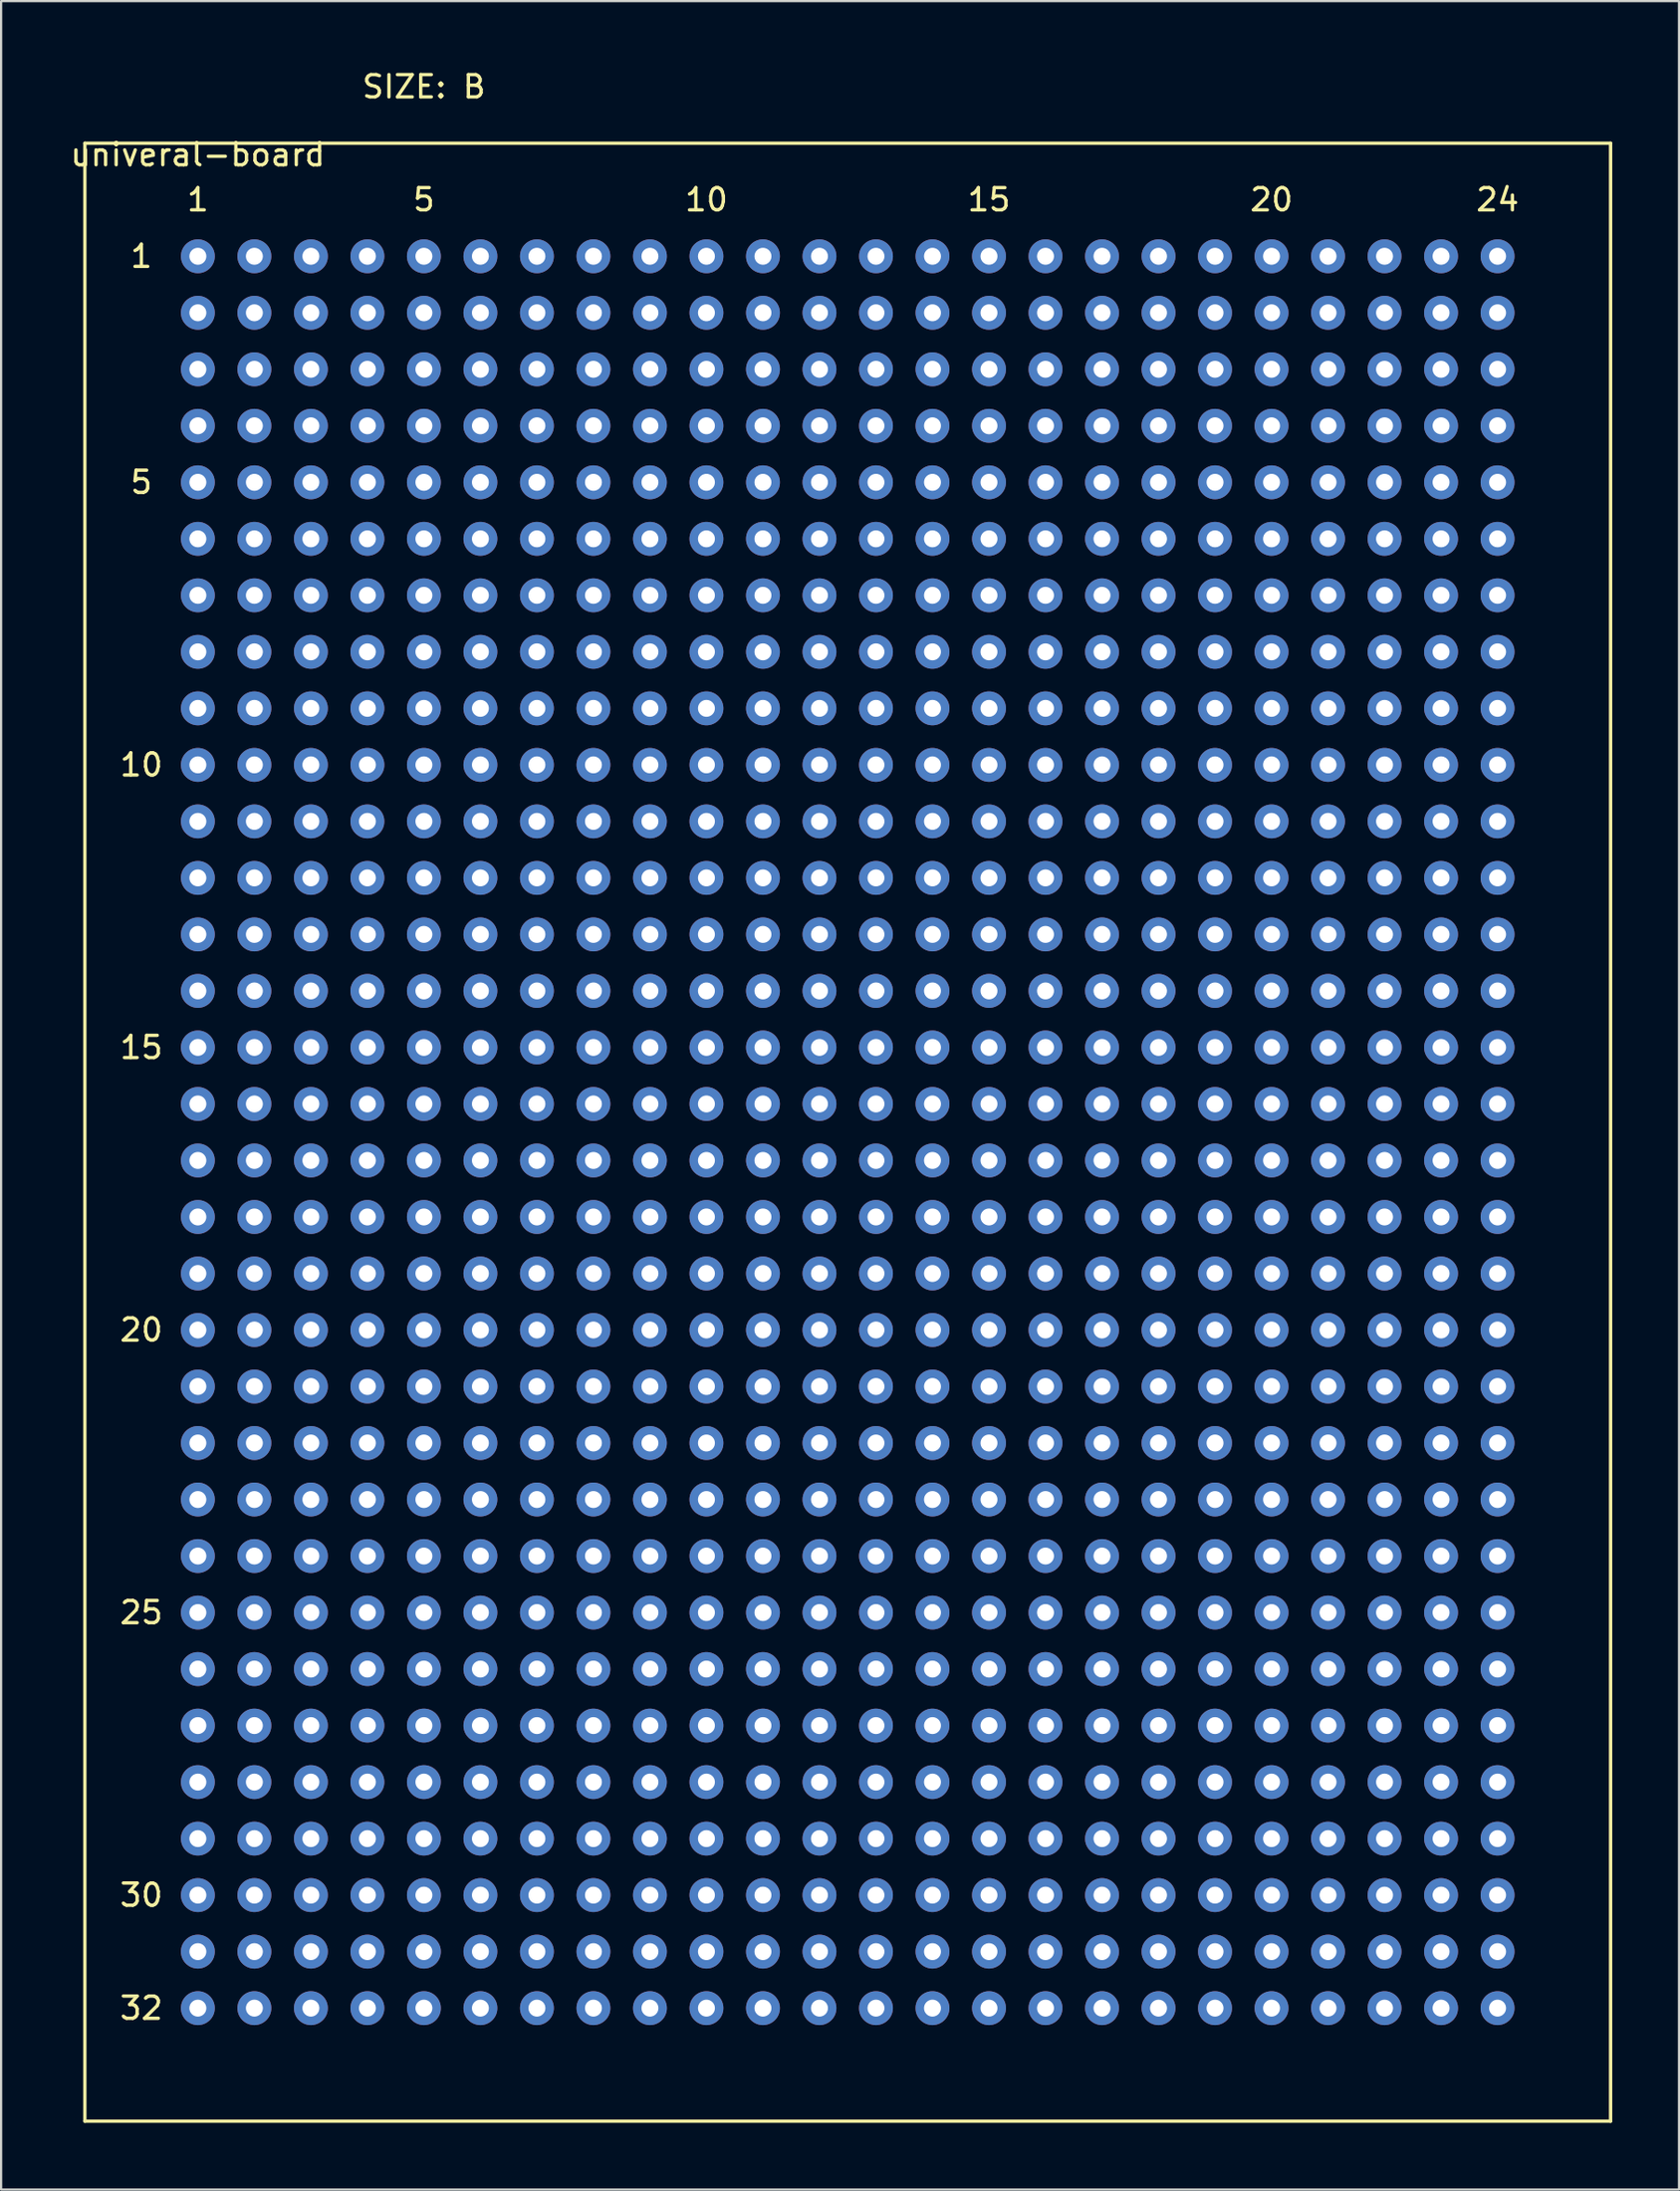
<source format=kicad_pcb>
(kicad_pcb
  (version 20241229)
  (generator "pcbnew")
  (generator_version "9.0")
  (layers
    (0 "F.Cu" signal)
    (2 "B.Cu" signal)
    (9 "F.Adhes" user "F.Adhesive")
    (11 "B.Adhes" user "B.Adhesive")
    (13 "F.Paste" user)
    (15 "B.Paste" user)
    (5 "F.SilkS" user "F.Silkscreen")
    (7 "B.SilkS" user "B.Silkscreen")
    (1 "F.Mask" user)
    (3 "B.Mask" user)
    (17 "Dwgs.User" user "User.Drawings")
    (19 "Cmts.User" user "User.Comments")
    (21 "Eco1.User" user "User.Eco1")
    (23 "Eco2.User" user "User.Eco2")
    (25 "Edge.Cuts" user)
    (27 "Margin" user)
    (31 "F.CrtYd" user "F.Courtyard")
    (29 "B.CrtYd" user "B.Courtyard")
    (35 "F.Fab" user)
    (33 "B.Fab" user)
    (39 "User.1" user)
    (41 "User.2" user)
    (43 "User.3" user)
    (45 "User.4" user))
  (footprint "univeral-board"
    (layer "F.Cu")
    (at 5.844 8.468)
    (property "Reference" "univeral-board" (at -0.005 -4.569 0) (layer "F.SilkS") (effects (font (size 1 1) (thickness 0.15))))
    (attr through_hole)
    (fp_line (start -5.08 -5.08) (end 63.5 -5.08) (stroke (width 0.15) (type solid)) (layer "F.SilkS"))
    (fp_line (start -5.08 83.82) (end -5.08 -5.08) (stroke (width 0.15) (type solid)) (layer "F.SilkS"))
    (fp_line (start 63.5 -5.08) (end 63.5 83.82) (stroke (width 0.15) (type solid)) (layer "F.SilkS"))
    (fp_line (start 63.5 83.82) (end -5.08 83.82) (stroke (width 0.15) (type solid)) (layer "F.SilkS"))
    (fp_text user "5" (at 10.16 -2.54 0) (layer "F.SilkS") (effects (font (size 1 1) (thickness 0.15))))
    (fp_text user "15" (at -2.54 35.56 0) (layer "F.SilkS") (effects (font (size 1 1) (thickness 0.15))))
    (fp_text user "15" (at 35.56 -2.54 0) (layer "F.SilkS") (effects (font (size 1 1) (thickness 0.15))))
    (fp_text user "32" (at -2.54 78.74 0) (layer "F.SilkS") (effects (font (size 1 1) (thickness 0.15))))
    (fp_text user "1" (at -2.54 0 0) (layer "F.SilkS") (effects (font (size 1 1) (thickness 0.15))))
    (fp_text user "20" (at 48.26 -2.54 0) (layer "F.SilkS") (effects (font (size 1 1) (thickness 0.15))))
    (fp_text user "24" (at 58.42 -2.54 0) (layer "F.SilkS") (effects (font (size 1 1) (thickness 0.15))))
    (fp_text user "25" (at -2.54 60.96 0) (layer "F.SilkS") (effects (font (size 1 1) (thickness 0.15))))
    (fp_text user "1" (at 0 -2.54 0) (layer "F.SilkS") (effects (font (size 1 1) (thickness 0.15))))
    (fp_text user "10" (at -2.54 22.86 0) (layer "F.SilkS") (effects (font (size 1 1) (thickness 0.15))))
    (fp_text user "5" (at -2.54 10.16 0) (layer "F.SilkS") (effects (font (size 1 1) (thickness 0.15))))
    (fp_text user "10" (at 22.86 -2.54 0) (layer "F.SilkS") (effects (font (size 1 1) (thickness 0.15))))
    (fp_text user "20" (at -2.54 48.26 0) (layer "F.SilkS") (effects (font (size 1 1) (thickness 0.15))))
    (fp_text user "30" (at -2.54 73.66 0) (layer "F.SilkS") (effects (font (size 1 1) (thickness 0.15))))
    (fp_text user "SIZE: B" (at 10.16 -7.62 0) (layer "F.SilkS") (effects (font (size 1 1) (thickness 0.15))))
    (pad "" thru_hole circle (at 0 0) (size 1.524 1.524) (drill 0.762) (layers "*.Cu" "*.Mask"))
    (pad "" thru_hole circle (at 0 2.54) (size 1.524 1.524) (drill 0.762) (layers "*.Cu" "*.Mask"))
    (pad "" thru_hole circle (at 0 5.08) (size 1.524 1.524) (drill 0.762) (layers "*.Cu" "*.Mask"))
    (pad "" thru_hole circle (at 0 7.62) (size 1.524 1.524) (drill 0.762) (layers "*.Cu" "*.Mask"))
    (pad "" thru_hole circle (at 0 10.16) (size 1.524 1.524) (drill 0.762) (layers "*.Cu" "*.Mask"))
    (pad "" thru_hole circle (at 0 12.7) (size 1.524 1.524) (drill 0.762) (layers "*.Cu" "*.Mask"))
    (pad "" thru_hole circle (at 0 15.24) (size 1.524 1.524) (drill 0.762) (layers "*.Cu" "*.Mask"))
    (pad "" thru_hole circle (at 0 17.78) (size 1.524 1.524) (drill 0.762) (layers "*.Cu" "*.Mask"))
    (pad "" thru_hole circle (at 0 20.32) (size 1.524 1.524) (drill 0.762) (layers "*.Cu" "*.Mask"))
    (pad "" thru_hole circle (at 0 22.86) (size 1.524 1.524) (drill 0.762) (layers "*.Cu" "*.Mask"))
    (pad "" thru_hole circle (at 0 25.4) (size 1.524 1.524) (drill 0.762) (layers "*.Cu" "*.Mask"))
    (pad "" thru_hole circle (at 0 27.94) (size 1.524 1.524) (drill 0.762) (layers "*.Cu" "*.Mask"))
    (pad "" thru_hole circle (at 0 30.48) (size 1.524 1.524) (drill 0.762) (layers "*.Cu" "*.Mask"))
    (pad "" thru_hole circle (at 0 33.02) (size 1.524 1.524) (drill 0.762) (layers "*.Cu" "*.Mask"))
    (pad "" thru_hole circle (at 0 35.56) (size 1.524 1.524) (drill 0.762) (layers "*.Cu" "*.Mask"))
    (pad "" thru_hole circle (at 0 38.1) (size 1.524 1.524) (drill 0.762) (layers "*.Cu" "*.Mask"))
    (pad "" thru_hole circle (at 0 40.64) (size 1.524 1.524) (drill 0.762) (layers "*.Cu" "*.Mask"))
    (pad "" thru_hole circle (at 0 43.18) (size 1.524 1.524) (drill 0.762) (layers "*.Cu" "*.Mask"))
    (pad "" thru_hole circle (at 0 45.72) (size 1.524 1.524) (drill 0.762) (layers "*.Cu" "*.Mask"))
    (pad "" thru_hole circle (at 0 48.26) (size 1.524 1.524) (drill 0.762) (layers "*.Cu" "*.Mask"))
    (pad "" thru_hole circle (at 0 50.8) (size 1.524 1.524) (drill 0.762) (layers "*.Cu" "*.Mask"))
    (pad "" thru_hole circle (at 0 53.34) (size 1.524 1.524) (drill 0.762) (layers "*.Cu" "*.Mask"))
    (pad "" thru_hole circle (at 0 55.88) (size 1.524 1.524) (drill 0.762) (layers "*.Cu" "*.Mask"))
    (pad "" thru_hole circle (at 0 58.42) (size 1.524 1.524) (drill 0.762) (layers "*.Cu" "*.Mask"))
    (pad "" thru_hole circle (at 0 60.96) (size 1.524 1.524) (drill 0.762) (layers "*.Cu" "*.Mask"))
    (pad "" thru_hole circle (at 0 63.5) (size 1.524 1.524) (drill 0.762) (layers "*.Cu" "*.Mask"))
    (pad "" thru_hole circle (at 0 66.04) (size 1.524 1.524) (drill 0.762) (layers "*.Cu" "*.Mask"))
    (pad "" thru_hole circle (at 0 68.58) (size 1.524 1.524) (drill 0.762) (layers "*.Cu" "*.Mask"))
    (pad "" thru_hole circle (at 0 71.12) (size 1.524 1.524) (drill 0.762) (layers "*.Cu" "*.Mask"))
    (pad "" thru_hole circle (at 0 73.66) (size 1.524 1.524) (drill 0.762) (layers "*.Cu" "*.Mask"))
    (pad "" thru_hole circle (at 0 76.2) (size 1.524 1.524) (drill 0.762) (layers "*.Cu" "*.Mask"))
    (pad "" thru_hole circle (at 0 78.74) (size 1.524 1.524) (drill 0.762) (layers "*.Cu" "*.Mask"))
    (pad "" thru_hole circle (at 2.54 0) (size 1.524 1.524) (drill 0.762) (layers "*.Cu" "*.Mask"))
    (pad "" thru_hole circle (at 2.54 2.54) (size 1.524 1.524) (drill 0.762) (layers "*.Cu" "*.Mask"))
    (pad "" thru_hole circle (at 2.54 5.08) (size 1.524 1.524) (drill 0.762) (layers "*.Cu" "*.Mask"))
    (pad "" thru_hole circle (at 2.54 7.62) (size 1.524 1.524) (drill 0.762) (layers "*.Cu" "*.Mask"))
    (pad "" thru_hole circle (at 2.54 10.16) (size 1.524 1.524) (drill 0.762) (layers "*.Cu" "*.Mask"))
    (pad "" thru_hole circle (at 2.54 12.7) (size 1.524 1.524) (drill 0.762) (layers "*.Cu" "*.Mask"))
    (pad "" thru_hole circle (at 2.54 15.24) (size 1.524 1.524) (drill 0.762) (layers "*.Cu" "*.Mask"))
    (pad "" thru_hole circle (at 2.54 17.78) (size 1.524 1.524) (drill 0.762) (layers "*.Cu" "*.Mask"))
    (pad "" thru_hole circle (at 2.54 20.32) (size 1.524 1.524) (drill 0.762) (layers "*.Cu" "*.Mask"))
    (pad "" thru_hole circle (at 2.54 22.86) (size 1.524 1.524) (drill 0.762) (layers "*.Cu" "*.Mask"))
    (pad "" thru_hole circle (at 2.54 25.4) (size 1.524 1.524) (drill 0.762) (layers "*.Cu" "*.Mask"))
    (pad "" thru_hole circle (at 2.54 27.94) (size 1.524 1.524) (drill 0.762) (layers "*.Cu" "*.Mask"))
    (pad "" thru_hole circle (at 2.54 30.48) (size 1.524 1.524) (drill 0.762) (layers "*.Cu" "*.Mask"))
    (pad "" thru_hole circle (at 2.54 33.02) (size 1.524 1.524) (drill 0.762) (layers "*.Cu" "*.Mask"))
    (pad "" thru_hole circle (at 2.54 35.56) (size 1.524 1.524) (drill 0.762) (layers "*.Cu" "*.Mask"))
    (pad "" thru_hole circle (at 2.54 38.1) (size 1.524 1.524) (drill 0.762) (layers "*.Cu" "*.Mask"))
    (pad "" thru_hole circle (at 2.54 40.64) (size 1.524 1.524) (drill 0.762) (layers "*.Cu" "*.Mask"))
    (pad "" thru_hole circle (at 2.54 43.18) (size 1.524 1.524) (drill 0.762) (layers "*.Cu" "*.Mask"))
    (pad "" thru_hole circle (at 2.54 45.72) (size 1.524 1.524) (drill 0.762) (layers "*.Cu" "*.Mask"))
    (pad "" thru_hole circle (at 2.54 48.26) (size 1.524 1.524) (drill 0.762) (layers "*.Cu" "*.Mask"))
    (pad "" thru_hole circle (at 2.54 50.8) (size 1.524 1.524) (drill 0.762) (layers "*.Cu" "*.Mask"))
    (pad "" thru_hole circle (at 2.54 53.34) (size 1.524 1.524) (drill 0.762) (layers "*.Cu" "*.Mask"))
    (pad "" thru_hole circle (at 2.54 55.88) (size 1.524 1.524) (drill 0.762) (layers "*.Cu" "*.Mask"))
    (pad "" thru_hole circle (at 2.54 58.42) (size 1.524 1.524) (drill 0.762) (layers "*.Cu" "*.Mask"))
    (pad "" thru_hole circle (at 2.54 60.96) (size 1.524 1.524) (drill 0.762) (layers "*.Cu" "*.Mask"))
    (pad "" thru_hole circle (at 2.54 63.5) (size 1.524 1.524) (drill 0.762) (layers "*.Cu" "*.Mask"))
    (pad "" thru_hole circle (at 2.54 66.04) (size 1.524 1.524) (drill 0.762) (layers "*.Cu" "*.Mask"))
    (pad "" thru_hole circle (at 2.54 68.58) (size 1.524 1.524) (drill 0.762) (layers "*.Cu" "*.Mask"))
    (pad "" thru_hole circle (at 2.54 71.12) (size 1.524 1.524) (drill 0.762) (layers "*.Cu" "*.Mask"))
    (pad "" thru_hole circle (at 2.54 73.66) (size 1.524 1.524) (drill 0.762) (layers "*.Cu" "*.Mask"))
    (pad "" thru_hole circle (at 2.54 76.2) (size 1.524 1.524) (drill 0.762) (layers "*.Cu" "*.Mask"))
    (pad "" thru_hole circle (at 2.54 78.74) (size 1.524 1.524) (drill 0.762) (layers "*.Cu" "*.Mask"))
    (pad "" thru_hole circle (at 5.08 0) (size 1.524 1.524) (drill 0.762) (layers "*.Cu" "*.Mask"))
    (pad "" thru_hole circle (at 5.08 2.54) (size 1.524 1.524) (drill 0.762) (layers "*.Cu" "*.Mask"))
    (pad "" thru_hole circle (at 5.08 5.08) (size 1.524 1.524) (drill 0.762) (layers "*.Cu" "*.Mask"))
    (pad "" thru_hole circle (at 5.08 7.62) (size 1.524 1.524) (drill 0.762) (layers "*.Cu" "*.Mask"))
    (pad "" thru_hole circle (at 5.08 10.16) (size 1.524 1.524) (drill 0.762) (layers "*.Cu" "*.Mask"))
    (pad "" thru_hole circle (at 5.08 12.7) (size 1.524 1.524) (drill 0.762) (layers "*.Cu" "*.Mask"))
    (pad "" thru_hole circle (at 5.08 15.24) (size 1.524 1.524) (drill 0.762) (layers "*.Cu" "*.Mask"))
    (pad "" thru_hole circle (at 5.08 17.78) (size 1.524 1.524) (drill 0.762) (layers "*.Cu" "*.Mask"))
    (pad "" thru_hole circle (at 5.08 20.32) (size 1.524 1.524) (drill 0.762) (layers "*.Cu" "*.Mask"))
    (pad "" thru_hole circle (at 5.08 22.86) (size 1.524 1.524) (drill 0.762) (layers "*.Cu" "*.Mask"))
    (pad "" thru_hole circle (at 5.08 25.4) (size 1.524 1.524) (drill 0.762) (layers "*.Cu" "*.Mask"))
    (pad "" thru_hole circle (at 5.08 27.94) (size 1.524 1.524) (drill 0.762) (layers "*.Cu" "*.Mask"))
    (pad "" thru_hole circle (at 5.08 30.48) (size 1.524 1.524) (drill 0.762) (layers "*.Cu" "*.Mask"))
    (pad "" thru_hole circle (at 5.08 33.02) (size 1.524 1.524) (drill 0.762) (layers "*.Cu" "*.Mask"))
    (pad "" thru_hole circle (at 5.08 35.56) (size 1.524 1.524) (drill 0.762) (layers "*.Cu" "*.Mask"))
    (pad "" thru_hole circle (at 5.08 38.1) (size 1.524 1.524) (drill 0.762) (layers "*.Cu" "*.Mask"))
    (pad "" thru_hole circle (at 5.08 40.64) (size 1.524 1.524) (drill 0.762) (layers "*.Cu" "*.Mask"))
    (pad "" thru_hole circle (at 5.08 43.18) (size 1.524 1.524) (drill 0.762) (layers "*.Cu" "*.Mask"))
    (pad "" thru_hole circle (at 5.08 45.72) (size 1.524 1.524) (drill 0.762) (layers "*.Cu" "*.Mask"))
    (pad "" thru_hole circle (at 5.08 48.26) (size 1.524 1.524) (drill 0.762) (layers "*.Cu" "*.Mask"))
    (pad "" thru_hole circle (at 5.08 50.8) (size 1.524 1.524) (drill 0.762) (layers "*.Cu" "*.Mask"))
    (pad "" thru_hole circle (at 5.08 53.34) (size 1.524 1.524) (drill 0.762) (layers "*.Cu" "*.Mask"))
    (pad "" thru_hole circle (at 5.08 55.88) (size 1.524 1.524) (drill 0.762) (layers "*.Cu" "*.Mask"))
    (pad "" thru_hole circle (at 5.08 58.42) (size 1.524 1.524) (drill 0.762) (layers "*.Cu" "*.Mask"))
    (pad "" thru_hole circle (at 5.08 60.96) (size 1.524 1.524) (drill 0.762) (layers "*.Cu" "*.Mask"))
    (pad "" thru_hole circle (at 5.08 63.5) (size 1.524 1.524) (drill 0.762) (layers "*.Cu" "*.Mask"))
    (pad "" thru_hole circle (at 5.08 66.04) (size 1.524 1.524) (drill 0.762) (layers "*.Cu" "*.Mask"))
    (pad "" thru_hole circle (at 5.08 68.58) (size 1.524 1.524) (drill 0.762) (layers "*.Cu" "*.Mask"))
    (pad "" thru_hole circle (at 5.08 71.12) (size 1.524 1.524) (drill 0.762) (layers "*.Cu" "*.Mask"))
    (pad "" thru_hole circle (at 5.08 73.66) (size 1.524 1.524) (drill 0.762) (layers "*.Cu" "*.Mask"))
    (pad "" thru_hole circle (at 5.08 76.2) (size 1.524 1.524) (drill 0.762) (layers "*.Cu" "*.Mask"))
    (pad "" thru_hole circle (at 5.08 78.74) (size 1.524 1.524) (drill 0.762) (layers "*.Cu" "*.Mask"))
    (pad "" thru_hole circle (at 7.62 0) (size 1.524 1.524) (drill 0.762) (layers "*.Cu" "*.Mask"))
    (pad "" thru_hole circle (at 7.62 2.54) (size 1.524 1.524) (drill 0.762) (layers "*.Cu" "*.Mask"))
    (pad "" thru_hole circle (at 7.62 5.08) (size 1.524 1.524) (drill 0.762) (layers "*.Cu" "*.Mask"))
    (pad "" thru_hole circle (at 7.62 7.62) (size 1.524 1.524) (drill 0.762) (layers "*.Cu" "*.Mask"))
    (pad "" thru_hole circle (at 7.62 10.16) (size 1.524 1.524) (drill 0.762) (layers "*.Cu" "*.Mask"))
    (pad "" thru_hole circle (at 7.62 12.7) (size 1.524 1.524) (drill 0.762) (layers "*.Cu" "*.Mask"))
    (pad "" thru_hole circle (at 7.62 15.24) (size 1.524 1.524) (drill 0.762) (layers "*.Cu" "*.Mask"))
    (pad "" thru_hole circle (at 7.62 17.78) (size 1.524 1.524) (drill 0.762) (layers "*.Cu" "*.Mask"))
    (pad "" thru_hole circle (at 7.62 20.32) (size 1.524 1.524) (drill 0.762) (layers "*.Cu" "*.Mask"))
    (pad "" thru_hole circle (at 7.62 22.86) (size 1.524 1.524) (drill 0.762) (layers "*.Cu" "*.Mask"))
    (pad "" thru_hole circle (at 7.62 25.4) (size 1.524 1.524) (drill 0.762) (layers "*.Cu" "*.Mask"))
    (pad "" thru_hole circle (at 7.62 27.94) (size 1.524 1.524) (drill 0.762) (layers "*.Cu" "*.Mask"))
    (pad "" thru_hole circle (at 7.62 30.48) (size 1.524 1.524) (drill 0.762) (layers "*.Cu" "*.Mask"))
    (pad "" thru_hole circle (at 7.62 33.02) (size 1.524 1.524) (drill 0.762) (layers "*.Cu" "*.Mask"))
    (pad "" thru_hole circle (at 7.62 35.56) (size 1.524 1.524) (drill 0.762) (layers "*.Cu" "*.Mask"))
    (pad "" thru_hole circle (at 7.62 38.1) (size 1.524 1.524) (drill 0.762) (layers "*.Cu" "*.Mask"))
    (pad "" thru_hole circle (at 7.62 40.64) (size 1.524 1.524) (drill 0.762) (layers "*.Cu" "*.Mask"))
    (pad "" thru_hole circle (at 7.62 43.18) (size 1.524 1.524) (drill 0.762) (layers "*.Cu" "*.Mask"))
    (pad "" thru_hole circle (at 7.62 45.72) (size 1.524 1.524) (drill 0.762) (layers "*.Cu" "*.Mask"))
    (pad "" thru_hole circle (at 7.62 48.26) (size 1.524 1.524) (drill 0.762) (layers "*.Cu" "*.Mask"))
    (pad "" thru_hole circle (at 7.62 50.8) (size 1.524 1.524) (drill 0.762) (layers "*.Cu" "*.Mask"))
    (pad "" thru_hole circle (at 7.62 53.34) (size 1.524 1.524) (drill 0.762) (layers "*.Cu" "*.Mask"))
    (pad "" thru_hole circle (at 7.62 55.88) (size 1.524 1.524) (drill 0.762) (layers "*.Cu" "*.Mask"))
    (pad "" thru_hole circle (at 7.62 58.42) (size 1.524 1.524) (drill 0.762) (layers "*.Cu" "*.Mask"))
    (pad "" thru_hole circle (at 7.62 60.96) (size 1.524 1.524) (drill 0.762) (layers "*.Cu" "*.Mask"))
    (pad "" thru_hole circle (at 7.62 63.5) (size 1.524 1.524) (drill 0.762) (layers "*.Cu" "*.Mask"))
    (pad "" thru_hole circle (at 7.62 66.04) (size 1.524 1.524) (drill 0.762) (layers "*.Cu" "*.Mask"))
    (pad "" thru_hole circle (at 7.62 68.58) (size 1.524 1.524) (drill 0.762) (layers "*.Cu" "*.Mask"))
    (pad "" thru_hole circle (at 7.62 71.12) (size 1.524 1.524) (drill 0.762) (layers "*.Cu" "*.Mask"))
    (pad "" thru_hole circle (at 7.62 73.66) (size 1.524 1.524) (drill 0.762) (layers "*.Cu" "*.Mask"))
    (pad "" thru_hole circle (at 7.62 76.2) (size 1.524 1.524) (drill 0.762) (layers "*.Cu" "*.Mask"))
    (pad "" thru_hole circle (at 7.62 78.74) (size 1.524 1.524) (drill 0.762) (layers "*.Cu" "*.Mask"))
    (pad "" thru_hole circle (at 10.16 0) (size 1.524 1.524) (drill 0.762) (layers "*.Cu" "*.Mask"))
    (pad "" thru_hole circle (at 10.16 2.54) (size 1.524 1.524) (drill 0.762) (layers "*.Cu" "*.Mask"))
    (pad "" thru_hole circle (at 10.16 5.08) (size 1.524 1.524) (drill 0.762) (layers "*.Cu" "*.Mask"))
    (pad "" thru_hole circle (at 10.16 7.62) (size 1.524 1.524) (drill 0.762) (layers "*.Cu" "*.Mask"))
    (pad "" thru_hole circle (at 10.16 10.16) (size 1.524 1.524) (drill 0.762) (layers "*.Cu" "*.Mask"))
    (pad "" thru_hole circle (at 10.16 12.7) (size 1.524 1.524) (drill 0.762) (layers "*.Cu" "*.Mask"))
    (pad "" thru_hole circle (at 10.16 15.24) (size 1.524 1.524) (drill 0.762) (layers "*.Cu" "*.Mask"))
    (pad "" thru_hole circle (at 10.16 17.78) (size 1.524 1.524) (drill 0.762) (layers "*.Cu" "*.Mask"))
    (pad "" thru_hole circle (at 10.16 20.32) (size 1.524 1.524) (drill 0.762) (layers "*.Cu" "*.Mask"))
    (pad "" thru_hole circle (at 10.16 22.86) (size 1.524 1.524) (drill 0.762) (layers "*.Cu" "*.Mask"))
    (pad "" thru_hole circle (at 10.16 25.4) (size 1.524 1.524) (drill 0.762) (layers "*.Cu" "*.Mask"))
    (pad "" thru_hole circle (at 10.16 27.94) (size 1.524 1.524) (drill 0.762) (layers "*.Cu" "*.Mask"))
    (pad "" thru_hole circle (at 10.16 30.48) (size 1.524 1.524) (drill 0.762) (layers "*.Cu" "*.Mask"))
    (pad "" thru_hole circle (at 10.16 33.02) (size 1.524 1.524) (drill 0.762) (layers "*.Cu" "*.Mask"))
    (pad "" thru_hole circle (at 10.16 35.56) (size 1.524 1.524) (drill 0.762) (layers "*.Cu" "*.Mask"))
    (pad "" thru_hole circle (at 10.16 38.1) (size 1.524 1.524) (drill 0.762) (layers "*.Cu" "*.Mask"))
    (pad "" thru_hole circle (at 10.16 40.64) (size 1.524 1.524) (drill 0.762) (layers "*.Cu" "*.Mask"))
    (pad "" thru_hole circle (at 10.16 43.18) (size 1.524 1.524) (drill 0.762) (layers "*.Cu" "*.Mask"))
    (pad "" thru_hole circle (at 10.16 45.72) (size 1.524 1.524) (drill 0.762) (layers "*.Cu" "*.Mask"))
    (pad "" thru_hole circle (at 10.16 48.26) (size 1.524 1.524) (drill 0.762) (layers "*.Cu" "*.Mask"))
    (pad "" thru_hole circle (at 10.16 50.8) (size 1.524 1.524) (drill 0.762) (layers "*.Cu" "*.Mask"))
    (pad "" thru_hole circle (at 10.16 53.34) (size 1.524 1.524) (drill 0.762) (layers "*.Cu" "*.Mask"))
    (pad "" thru_hole circle (at 10.16 55.88) (size 1.524 1.524) (drill 0.762) (layers "*.Cu" "*.Mask"))
    (pad "" thru_hole circle (at 10.16 58.42) (size 1.524 1.524) (drill 0.762) (layers "*.Cu" "*.Mask"))
    (pad "" thru_hole circle (at 10.16 60.96) (size 1.524 1.524) (drill 0.762) (layers "*.Cu" "*.Mask"))
    (pad "" thru_hole circle (at 10.16 63.5) (size 1.524 1.524) (drill 0.762) (layers "*.Cu" "*.Mask"))
    (pad "" thru_hole circle (at 10.16 66.04) (size 1.524 1.524) (drill 0.762) (layers "*.Cu" "*.Mask"))
    (pad "" thru_hole circle (at 10.16 68.58) (size 1.524 1.524) (drill 0.762) (layers "*.Cu" "*.Mask"))
    (pad "" thru_hole circle (at 10.16 71.12) (size 1.524 1.524) (drill 0.762) (layers "*.Cu" "*.Mask"))
    (pad "" thru_hole circle (at 10.16 73.66) (size 1.524 1.524) (drill 0.762) (layers "*.Cu" "*.Mask"))
    (pad "" thru_hole circle (at 10.16 76.2) (size 1.524 1.524) (drill 0.762) (layers "*.Cu" "*.Mask"))
    (pad "" thru_hole circle (at 10.16 78.74) (size 1.524 1.524) (drill 0.762) (layers "*.Cu" "*.Mask"))
    (pad "" thru_hole circle (at 12.7 0) (size 1.524 1.524) (drill 0.762) (layers "*.Cu" "*.Mask"))
    (pad "" thru_hole circle (at 12.7 2.54) (size 1.524 1.524) (drill 0.762) (layers "*.Cu" "*.Mask"))
    (pad "" thru_hole circle (at 12.7 5.08) (size 1.524 1.524) (drill 0.762) (layers "*.Cu" "*.Mask"))
    (pad "" thru_hole circle (at 12.7 7.62) (size 1.524 1.524) (drill 0.762) (layers "*.Cu" "*.Mask"))
    (pad "" thru_hole circle (at 12.7 10.16) (size 1.524 1.524) (drill 0.762) (layers "*.Cu" "*.Mask"))
    (pad "" thru_hole circle (at 12.7 12.7) (size 1.524 1.524) (drill 0.762) (layers "*.Cu" "*.Mask"))
    (pad "" thru_hole circle (at 12.7 15.24) (size 1.524 1.524) (drill 0.762) (layers "*.Cu" "*.Mask"))
    (pad "" thru_hole circle (at 12.7 17.78) (size 1.524 1.524) (drill 0.762) (layers "*.Cu" "*.Mask"))
    (pad "" thru_hole circle (at 12.7 20.32) (size 1.524 1.524) (drill 0.762) (layers "*.Cu" "*.Mask"))
    (pad "" thru_hole circle (at 12.7 22.86) (size 1.524 1.524) (drill 0.762) (layers "*.Cu" "*.Mask"))
    (pad "" thru_hole circle (at 12.7 25.4) (size 1.524 1.524) (drill 0.762) (layers "*.Cu" "*.Mask"))
    (pad "" thru_hole circle (at 12.7 27.94) (size 1.524 1.524) (drill 0.762) (layers "*.Cu" "*.Mask"))
    (pad "" thru_hole circle (at 12.7 30.48) (size 1.524 1.524) (drill 0.762) (layers "*.Cu" "*.Mask"))
    (pad "" thru_hole circle (at 12.7 33.02) (size 1.524 1.524) (drill 0.762) (layers "*.Cu" "*.Mask"))
    (pad "" thru_hole circle (at 12.7 35.56) (size 1.524 1.524) (drill 0.762) (layers "*.Cu" "*.Mask"))
    (pad "" thru_hole circle (at 12.7 38.1) (size 1.524 1.524) (drill 0.762) (layers "*.Cu" "*.Mask"))
    (pad "" thru_hole circle (at 12.7 40.64) (size 1.524 1.524) (drill 0.762) (layers "*.Cu" "*.Mask"))
    (pad "" thru_hole circle (at 12.7 43.18) (size 1.524 1.524) (drill 0.762) (layers "*.Cu" "*.Mask"))
    (pad "" thru_hole circle (at 12.7 45.72) (size 1.524 1.524) (drill 0.762) (layers "*.Cu" "*.Mask"))
    (pad "" thru_hole circle (at 12.7 48.26) (size 1.524 1.524) (drill 0.762) (layers "*.Cu" "*.Mask"))
    (pad "" thru_hole circle (at 12.7 50.8) (size 1.524 1.524) (drill 0.762) (layers "*.Cu" "*.Mask"))
    (pad "" thru_hole circle (at 12.7 53.34) (size 1.524 1.524) (drill 0.762) (layers "*.Cu" "*.Mask"))
    (pad "" thru_hole circle (at 12.7 55.88) (size 1.524 1.524) (drill 0.762) (layers "*.Cu" "*.Mask"))
    (pad "" thru_hole circle (at 12.7 58.42) (size 1.524 1.524) (drill 0.762) (layers "*.Cu" "*.Mask"))
    (pad "" thru_hole circle (at 12.7 60.96) (size 1.524 1.524) (drill 0.762) (layers "*.Cu" "*.Mask"))
    (pad "" thru_hole circle (at 12.7 63.5) (size 1.524 1.524) (drill 0.762) (layers "*.Cu" "*.Mask"))
    (pad "" thru_hole circle (at 12.7 66.04) (size 1.524 1.524) (drill 0.762) (layers "*.Cu" "*.Mask"))
    (pad "" thru_hole circle (at 12.7 68.58) (size 1.524 1.524) (drill 0.762) (layers "*.Cu" "*.Mask"))
    (pad "" thru_hole circle (at 12.7 71.12) (size 1.524 1.524) (drill 0.762) (layers "*.Cu" "*.Mask"))
    (pad "" thru_hole circle (at 12.7 73.66) (size 1.524 1.524) (drill 0.762) (layers "*.Cu" "*.Mask"))
    (pad "" thru_hole circle (at 12.7 76.2) (size 1.524 1.524) (drill 0.762) (layers "*.Cu" "*.Mask"))
    (pad "" thru_hole circle (at 12.7 78.74) (size 1.524 1.524) (drill 0.762) (layers "*.Cu" "*.Mask"))
    (pad "" thru_hole circle (at 15.24 0) (size 1.524 1.524) (drill 0.762) (layers "*.Cu" "*.Mask"))
    (pad "" thru_hole circle (at 15.24 2.54) (size 1.524 1.524) (drill 0.762) (layers "*.Cu" "*.Mask"))
    (pad "" thru_hole circle (at 15.24 5.08) (size 1.524 1.524) (drill 0.762) (layers "*.Cu" "*.Mask"))
    (pad "" thru_hole circle (at 15.24 7.62) (size 1.524 1.524) (drill 0.762) (layers "*.Cu" "*.Mask"))
    (pad "" thru_hole circle (at 15.24 10.16) (size 1.524 1.524) (drill 0.762) (layers "*.Cu" "*.Mask"))
    (pad "" thru_hole circle (at 15.24 12.7) (size 1.524 1.524) (drill 0.762) (layers "*.Cu" "*.Mask"))
    (pad "" thru_hole circle (at 15.24 15.24) (size 1.524 1.524) (drill 0.762) (layers "*.Cu" "*.Mask"))
    (pad "" thru_hole circle (at 15.24 17.78) (size 1.524 1.524) (drill 0.762) (layers "*.Cu" "*.Mask"))
    (pad "" thru_hole circle (at 15.24 20.32) (size 1.524 1.524) (drill 0.762) (layers "*.Cu" "*.Mask"))
    (pad "" thru_hole circle (at 15.24 22.86) (size 1.524 1.524) (drill 0.762) (layers "*.Cu" "*.Mask"))
    (pad "" thru_hole circle (at 15.24 25.4) (size 1.524 1.524) (drill 0.762) (layers "*.Cu" "*.Mask"))
    (pad "" thru_hole circle (at 15.24 27.94) (size 1.524 1.524) (drill 0.762) (layers "*.Cu" "*.Mask"))
    (pad "" thru_hole circle (at 15.24 30.48) (size 1.524 1.524) (drill 0.762) (layers "*.Cu" "*.Mask"))
    (pad "" thru_hole circle (at 15.24 33.02) (size 1.524 1.524) (drill 0.762) (layers "*.Cu" "*.Mask"))
    (pad "" thru_hole circle (at 15.24 35.56) (size 1.524 1.524) (drill 0.762) (layers "*.Cu" "*.Mask"))
    (pad "" thru_hole circle (at 15.24 38.1) (size 1.524 1.524) (drill 0.762) (layers "*.Cu" "*.Mask"))
    (pad "" thru_hole circle (at 15.24 40.64) (size 1.524 1.524) (drill 0.762) (layers "*.Cu" "*.Mask"))
    (pad "" thru_hole circle (at 15.24 43.18) (size 1.524 1.524) (drill 0.762) (layers "*.Cu" "*.Mask"))
    (pad "" thru_hole circle (at 15.24 45.72) (size 1.524 1.524) (drill 0.762) (layers "*.Cu" "*.Mask"))
    (pad "" thru_hole circle (at 15.24 48.26) (size 1.524 1.524) (drill 0.762) (layers "*.Cu" "*.Mask"))
    (pad "" thru_hole circle (at 15.24 50.8) (size 1.524 1.524) (drill 0.762) (layers "*.Cu" "*.Mask"))
    (pad "" thru_hole circle (at 15.24 53.34) (size 1.524 1.524) (drill 0.762) (layers "*.Cu" "*.Mask"))
    (pad "" thru_hole circle (at 15.24 55.88) (size 1.524 1.524) (drill 0.762) (layers "*.Cu" "*.Mask"))
    (pad "" thru_hole circle (at 15.24 58.42) (size 1.524 1.524) (drill 0.762) (layers "*.Cu" "*.Mask"))
    (pad "" thru_hole circle (at 15.24 60.96) (size 1.524 1.524) (drill 0.762) (layers "*.Cu" "*.Mask"))
    (pad "" thru_hole circle (at 15.24 63.5) (size 1.524 1.524) (drill 0.762) (layers "*.Cu" "*.Mask"))
    (pad "" thru_hole circle (at 15.24 66.04) (size 1.524 1.524) (drill 0.762) (layers "*.Cu" "*.Mask"))
    (pad "" thru_hole circle (at 15.24 68.58) (size 1.524 1.524) (drill 0.762) (layers "*.Cu" "*.Mask"))
    (pad "" thru_hole circle (at 15.24 71.12) (size 1.524 1.524) (drill 0.762) (layers "*.Cu" "*.Mask"))
    (pad "" thru_hole circle (at 15.24 73.66) (size 1.524 1.524) (drill 0.762) (layers "*.Cu" "*.Mask"))
    (pad "" thru_hole circle (at 15.24 76.2) (size 1.524 1.524) (drill 0.762) (layers "*.Cu" "*.Mask"))
    (pad "" thru_hole circle (at 15.24 78.74) (size 1.524 1.524) (drill 0.762) (layers "*.Cu" "*.Mask"))
    (pad "" thru_hole circle (at 17.78 0) (size 1.524 1.524) (drill 0.762) (layers "*.Cu" "*.Mask"))
    (pad "" thru_hole circle (at 17.78 2.54) (size 1.524 1.524) (drill 0.762) (layers "*.Cu" "*.Mask"))
    (pad "" thru_hole circle (at 17.78 5.08) (size 1.524 1.524) (drill 0.762) (layers "*.Cu" "*.Mask"))
    (pad "" thru_hole circle (at 17.78 7.62) (size 1.524 1.524) (drill 0.762) (layers "*.Cu" "*.Mask"))
    (pad "" thru_hole circle (at 17.78 10.16) (size 1.524 1.524) (drill 0.762) (layers "*.Cu" "*.Mask"))
    (pad "" thru_hole circle (at 17.78 12.7) (size 1.524 1.524) (drill 0.762) (layers "*.Cu" "*.Mask"))
    (pad "" thru_hole circle (at 17.78 15.24) (size 1.524 1.524) (drill 0.762) (layers "*.Cu" "*.Mask"))
    (pad "" thru_hole circle (at 17.78 17.78) (size 1.524 1.524) (drill 0.762) (layers "*.Cu" "*.Mask"))
    (pad "" thru_hole circle (at 17.78 20.32) (size 1.524 1.524) (drill 0.762) (layers "*.Cu" "*.Mask"))
    (pad "" thru_hole circle (at 17.78 22.86) (size 1.524 1.524) (drill 0.762) (layers "*.Cu" "*.Mask"))
    (pad "" thru_hole circle (at 17.78 25.4) (size 1.524 1.524) (drill 0.762) (layers "*.Cu" "*.Mask"))
    (pad "" thru_hole circle (at 17.78 27.94) (size 1.524 1.524) (drill 0.762) (layers "*.Cu" "*.Mask"))
    (pad "" thru_hole circle (at 17.78 30.48) (size 1.524 1.524) (drill 0.762) (layers "*.Cu" "*.Mask"))
    (pad "" thru_hole circle (at 17.78 33.02) (size 1.524 1.524) (drill 0.762) (layers "*.Cu" "*.Mask"))
    (pad "" thru_hole circle (at 17.78 35.56) (size 1.524 1.524) (drill 0.762) (layers "*.Cu" "*.Mask"))
    (pad "" thru_hole circle (at 17.78 38.1) (size 1.524 1.524) (drill 0.762) (layers "*.Cu" "*.Mask"))
    (pad "" thru_hole circle (at 17.78 40.64) (size 1.524 1.524) (drill 0.762) (layers "*.Cu" "*.Mask"))
    (pad "" thru_hole circle (at 17.78 43.18) (size 1.524 1.524) (drill 0.762) (layers "*.Cu" "*.Mask"))
    (pad "" thru_hole circle (at 17.78 45.72) (size 1.524 1.524) (drill 0.762) (layers "*.Cu" "*.Mask"))
    (pad "" thru_hole circle (at 17.78 48.26) (size 1.524 1.524) (drill 0.762) (layers "*.Cu" "*.Mask"))
    (pad "" thru_hole circle (at 17.78 50.8) (size 1.524 1.524) (drill 0.762) (layers "*.Cu" "*.Mask"))
    (pad "" thru_hole circle (at 17.78 53.34) (size 1.524 1.524) (drill 0.762) (layers "*.Cu" "*.Mask"))
    (pad "" thru_hole circle (at 17.78 55.88) (size 1.524 1.524) (drill 0.762) (layers "*.Cu" "*.Mask"))
    (pad "" thru_hole circle (at 17.78 58.42) (size 1.524 1.524) (drill 0.762) (layers "*.Cu" "*.Mask"))
    (pad "" thru_hole circle (at 17.78 60.96) (size 1.524 1.524) (drill 0.762) (layers "*.Cu" "*.Mask"))
    (pad "" thru_hole circle (at 17.78 63.5) (size 1.524 1.524) (drill 0.762) (layers "*.Cu" "*.Mask"))
    (pad "" thru_hole circle (at 17.78 66.04) (size 1.524 1.524) (drill 0.762) (layers "*.Cu" "*.Mask"))
    (pad "" thru_hole circle (at 17.78 68.58) (size 1.524 1.524) (drill 0.762) (layers "*.Cu" "*.Mask"))
    (pad "" thru_hole circle (at 17.78 71.12) (size 1.524 1.524) (drill 0.762) (layers "*.Cu" "*.Mask"))
    (pad "" thru_hole circle (at 17.78 73.66) (size 1.524 1.524) (drill 0.762) (layers "*.Cu" "*.Mask"))
    (pad "" thru_hole circle (at 17.78 76.2) (size 1.524 1.524) (drill 0.762) (layers "*.Cu" "*.Mask"))
    (pad "" thru_hole circle (at 17.78 78.74) (size 1.524 1.524) (drill 0.762) (layers "*.Cu" "*.Mask"))
    (pad "" thru_hole circle (at 20.32 0) (size 1.524 1.524) (drill 0.762) (layers "*.Cu" "*.Mask"))
    (pad "" thru_hole circle (at 20.32 2.54) (size 1.524 1.524) (drill 0.762) (layers "*.Cu" "*.Mask"))
    (pad "" thru_hole circle (at 20.32 5.08) (size 1.524 1.524) (drill 0.762) (layers "*.Cu" "*.Mask"))
    (pad "" thru_hole circle (at 20.32 7.62) (size 1.524 1.524) (drill 0.762) (layers "*.Cu" "*.Mask"))
    (pad "" thru_hole circle (at 20.32 10.16) (size 1.524 1.524) (drill 0.762) (layers "*.Cu" "*.Mask"))
    (pad "" thru_hole circle (at 20.32 12.7) (size 1.524 1.524) (drill 0.762) (layers "*.Cu" "*.Mask"))
    (pad "" thru_hole circle (at 20.32 15.24) (size 1.524 1.524) (drill 0.762) (layers "*.Cu" "*.Mask"))
    (pad "" thru_hole circle (at 20.32 17.78) (size 1.524 1.524) (drill 0.762) (layers "*.Cu" "*.Mask"))
    (pad "" thru_hole circle (at 20.32 20.32) (size 1.524 1.524) (drill 0.762) (layers "*.Cu" "*.Mask"))
    (pad "" thru_hole circle (at 20.32 22.86) (size 1.524 1.524) (drill 0.762) (layers "*.Cu" "*.Mask"))
    (pad "" thru_hole circle (at 20.32 25.4) (size 1.524 1.524) (drill 0.762) (layers "*.Cu" "*.Mask"))
    (pad "" thru_hole circle (at 20.32 27.94) (size 1.524 1.524) (drill 0.762) (layers "*.Cu" "*.Mask"))
    (pad "" thru_hole circle (at 20.32 30.48) (size 1.524 1.524) (drill 0.762) (layers "*.Cu" "*.Mask"))
    (pad "" thru_hole circle (at 20.32 33.02) (size 1.524 1.524) (drill 0.762) (layers "*.Cu" "*.Mask"))
    (pad "" thru_hole circle (at 20.32 35.56) (size 1.524 1.524) (drill 0.762) (layers "*.Cu" "*.Mask"))
    (pad "" thru_hole circle (at 20.32 38.1) (size 1.524 1.524) (drill 0.762) (layers "*.Cu" "*.Mask"))
    (pad "" thru_hole circle (at 20.32 40.64) (size 1.524 1.524) (drill 0.762) (layers "*.Cu" "*.Mask"))
    (pad "" thru_hole circle (at 20.32 43.18) (size 1.524 1.524) (drill 0.762) (layers "*.Cu" "*.Mask"))
    (pad "" thru_hole circle (at 20.32 45.72) (size 1.524 1.524) (drill 0.762) (layers "*.Cu" "*.Mask"))
    (pad "" thru_hole circle (at 20.32 48.26) (size 1.524 1.524) (drill 0.762) (layers "*.Cu" "*.Mask"))
    (pad "" thru_hole circle (at 20.32 50.8) (size 1.524 1.524) (drill 0.762) (layers "*.Cu" "*.Mask"))
    (pad "" thru_hole circle (at 20.32 53.34) (size 1.524 1.524) (drill 0.762) (layers "*.Cu" "*.Mask"))
    (pad "" thru_hole circle (at 20.32 55.88) (size 1.524 1.524) (drill 0.762) (layers "*.Cu" "*.Mask"))
    (pad "" thru_hole circle (at 20.32 58.42) (size 1.524 1.524) (drill 0.762) (layers "*.Cu" "*.Mask"))
    (pad "" thru_hole circle (at 20.32 60.96) (size 1.524 1.524) (drill 0.762) (layers "*.Cu" "*.Mask"))
    (pad "" thru_hole circle (at 20.32 63.5) (size 1.524 1.524) (drill 0.762) (layers "*.Cu" "*.Mask"))
    (pad "" thru_hole circle (at 20.32 66.04) (size 1.524 1.524) (drill 0.762) (layers "*.Cu" "*.Mask"))
    (pad "" thru_hole circle (at 20.32 68.58) (size 1.524 1.524) (drill 0.762) (layers "*.Cu" "*.Mask"))
    (pad "" thru_hole circle (at 20.32 71.12) (size 1.524 1.524) (drill 0.762) (layers "*.Cu" "*.Mask"))
    (pad "" thru_hole circle (at 20.32 73.66) (size 1.524 1.524) (drill 0.762) (layers "*.Cu" "*.Mask"))
    (pad "" thru_hole circle (at 20.32 76.2) (size 1.524 1.524) (drill 0.762) (layers "*.Cu" "*.Mask"))
    (pad "" thru_hole circle (at 20.32 78.74) (size 1.524 1.524) (drill 0.762) (layers "*.Cu" "*.Mask"))
    (pad "" thru_hole circle (at 22.86 0) (size 1.524 1.524) (drill 0.762) (layers "*.Cu" "*.Mask"))
    (pad "" thru_hole circle (at 22.86 2.54) (size 1.524 1.524) (drill 0.762) (layers "*.Cu" "*.Mask"))
    (pad "" thru_hole circle (at 22.86 5.08) (size 1.524 1.524) (drill 0.762) (layers "*.Cu" "*.Mask"))
    (pad "" thru_hole circle (at 22.86 7.62) (size 1.524 1.524) (drill 0.762) (layers "*.Cu" "*.Mask"))
    (pad "" thru_hole circle (at 22.86 10.16) (size 1.524 1.524) (drill 0.762) (layers "*.Cu" "*.Mask"))
    (pad "" thru_hole circle (at 22.86 12.7) (size 1.524 1.524) (drill 0.762) (layers "*.Cu" "*.Mask"))
    (pad "" thru_hole circle (at 22.86 15.24) (size 1.524 1.524) (drill 0.762) (layers "*.Cu" "*.Mask"))
    (pad "" thru_hole circle (at 22.86 17.78) (size 1.524 1.524) (drill 0.762) (layers "*.Cu" "*.Mask"))
    (pad "" thru_hole circle (at 22.86 20.32) (size 1.524 1.524) (drill 0.762) (layers "*.Cu" "*.Mask"))
    (pad "" thru_hole circle (at 22.86 22.86) (size 1.524 1.524) (drill 0.762) (layers "*.Cu" "*.Mask"))
    (pad "" thru_hole circle (at 22.86 25.4) (size 1.524 1.524) (drill 0.762) (layers "*.Cu" "*.Mask"))
    (pad "" thru_hole circle (at 22.86 27.94) (size 1.524 1.524) (drill 0.762) (layers "*.Cu" "*.Mask"))
    (pad "" thru_hole circle (at 22.86 30.48) (size 1.524 1.524) (drill 0.762) (layers "*.Cu" "*.Mask"))
    (pad "" thru_hole circle (at 22.86 33.02) (size 1.524 1.524) (drill 0.762) (layers "*.Cu" "*.Mask"))
    (pad "" thru_hole circle (at 22.86 35.56) (size 1.524 1.524) (drill 0.762) (layers "*.Cu" "*.Mask"))
    (pad "" thru_hole circle (at 22.86 38.1) (size 1.524 1.524) (drill 0.762) (layers "*.Cu" "*.Mask"))
    (pad "" thru_hole circle (at 22.86 40.64) (size 1.524 1.524) (drill 0.762) (layers "*.Cu" "*.Mask"))
    (pad "" thru_hole circle (at 22.86 43.18) (size 1.524 1.524) (drill 0.762) (layers "*.Cu" "*.Mask"))
    (pad "" thru_hole circle (at 22.86 45.72) (size 1.524 1.524) (drill 0.762) (layers "*.Cu" "*.Mask"))
    (pad "" thru_hole circle (at 22.86 48.26) (size 1.524 1.524) (drill 0.762) (layers "*.Cu" "*.Mask"))
    (pad "" thru_hole circle (at 22.86 50.8) (size 1.524 1.524) (drill 0.762) (layers "*.Cu" "*.Mask"))
    (pad "" thru_hole circle (at 22.86 53.34) (size 1.524 1.524) (drill 0.762) (layers "*.Cu" "*.Mask"))
    (pad "" thru_hole circle (at 22.86 55.88) (size 1.524 1.524) (drill 0.762) (layers "*.Cu" "*.Mask"))
    (pad "" thru_hole circle (at 22.86 58.42) (size 1.524 1.524) (drill 0.762) (layers "*.Cu" "*.Mask"))
    (pad "" thru_hole circle (at 22.86 60.96) (size 1.524 1.524) (drill 0.762) (layers "*.Cu" "*.Mask"))
    (pad "" thru_hole circle (at 22.86 63.5) (size 1.524 1.524) (drill 0.762) (layers "*.Cu" "*.Mask"))
    (pad "" thru_hole circle (at 22.86 66.04) (size 1.524 1.524) (drill 0.762) (layers "*.Cu" "*.Mask"))
    (pad "" thru_hole circle (at 22.86 68.58) (size 1.524 1.524) (drill 0.762) (layers "*.Cu" "*.Mask"))
    (pad "" thru_hole circle (at 22.86 71.12) (size 1.524 1.524) (drill 0.762) (layers "*.Cu" "*.Mask"))
    (pad "" thru_hole circle (at 22.86 73.66) (size 1.524 1.524) (drill 0.762) (layers "*.Cu" "*.Mask"))
    (pad "" thru_hole circle (at 22.86 76.2) (size 1.524 1.524) (drill 0.762) (layers "*.Cu" "*.Mask"))
    (pad "" thru_hole circle (at 22.86 78.74) (size 1.524 1.524) (drill 0.762) (layers "*.Cu" "*.Mask"))
    (pad "" thru_hole circle (at 25.4 0) (size 1.524 1.524) (drill 0.762) (layers "*.Cu" "*.Mask"))
    (pad "" thru_hole circle (at 25.4 2.54) (size 1.524 1.524) (drill 0.762) (layers "*.Cu" "*.Mask"))
    (pad "" thru_hole circle (at 25.4 5.08) (size 1.524 1.524) (drill 0.762) (layers "*.Cu" "*.Mask"))
    (pad "" thru_hole circle (at 25.4 7.62) (size 1.524 1.524) (drill 0.762) (layers "*.Cu" "*.Mask"))
    (pad "" thru_hole circle (at 25.4 10.16) (size 1.524 1.524) (drill 0.762) (layers "*.Cu" "*.Mask"))
    (pad "" thru_hole circle (at 25.4 12.7) (size 1.524 1.524) (drill 0.762) (layers "*.Cu" "*.Mask"))
    (pad "" thru_hole circle (at 25.4 15.24) (size 1.524 1.524) (drill 0.762) (layers "*.Cu" "*.Mask"))
    (pad "" thru_hole circle (at 25.4 17.78) (size 1.524 1.524) (drill 0.762) (layers "*.Cu" "*.Mask"))
    (pad "" thru_hole circle (at 25.4 20.32) (size 1.524 1.524) (drill 0.762) (layers "*.Cu" "*.Mask"))
    (pad "" thru_hole circle (at 25.4 22.86) (size 1.524 1.524) (drill 0.762) (layers "*.Cu" "*.Mask"))
    (pad "" thru_hole circle (at 25.4 25.4) (size 1.524 1.524) (drill 0.762) (layers "*.Cu" "*.Mask"))
    (pad "" thru_hole circle (at 25.4 27.94) (size 1.524 1.524) (drill 0.762) (layers "*.Cu" "*.Mask"))
    (pad "" thru_hole circle (at 25.4 30.48) (size 1.524 1.524) (drill 0.762) (layers "*.Cu" "*.Mask"))
    (pad "" thru_hole circle (at 25.4 33.02) (size 1.524 1.524) (drill 0.762) (layers "*.Cu" "*.Mask"))
    (pad "" thru_hole circle (at 25.4 35.56) (size 1.524 1.524) (drill 0.762) (layers "*.Cu" "*.Mask"))
    (pad "" thru_hole circle (at 25.4 38.1) (size 1.524 1.524) (drill 0.762) (layers "*.Cu" "*.Mask"))
    (pad "" thru_hole circle (at 25.4 40.64) (size 1.524 1.524) (drill 0.762) (layers "*.Cu" "*.Mask"))
    (pad "" thru_hole circle (at 25.4 43.18) (size 1.524 1.524) (drill 0.762) (layers "*.Cu" "*.Mask"))
    (pad "" thru_hole circle (at 25.4 45.72) (size 1.524 1.524) (drill 0.762) (layers "*.Cu" "*.Mask"))
    (pad "" thru_hole circle (at 25.4 48.26) (size 1.524 1.524) (drill 0.762) (layers "*.Cu" "*.Mask"))
    (pad "" thru_hole circle (at 25.4 50.8) (size 1.524 1.524) (drill 0.762) (layers "*.Cu" "*.Mask"))
    (pad "" thru_hole circle (at 25.4 53.34) (size 1.524 1.524) (drill 0.762) (layers "*.Cu" "*.Mask"))
    (pad "" thru_hole circle (at 25.4 55.88) (size 1.524 1.524) (drill 0.762) (layers "*.Cu" "*.Mask"))
    (pad "" thru_hole circle (at 25.4 58.42) (size 1.524 1.524) (drill 0.762) (layers "*.Cu" "*.Mask"))
    (pad "" thru_hole circle (at 25.4 60.96) (size 1.524 1.524) (drill 0.762) (layers "*.Cu" "*.Mask"))
    (pad "" thru_hole circle (at 25.4 63.5) (size 1.524 1.524) (drill 0.762) (layers "*.Cu" "*.Mask"))
    (pad "" thru_hole circle (at 25.4 66.04) (size 1.524 1.524) (drill 0.762) (layers "*.Cu" "*.Mask"))
    (pad "" thru_hole circle (at 25.4 68.58) (size 1.524 1.524) (drill 0.762) (layers "*.Cu" "*.Mask"))
    (pad "" thru_hole circle (at 25.4 71.12) (size 1.524 1.524) (drill 0.762) (layers "*.Cu" "*.Mask"))
    (pad "" thru_hole circle (at 25.4 73.66) (size 1.524 1.524) (drill 0.762) (layers "*.Cu" "*.Mask"))
    (pad "" thru_hole circle (at 25.4 76.2) (size 1.524 1.524) (drill 0.762) (layers "*.Cu" "*.Mask"))
    (pad "" thru_hole circle (at 25.4 78.74) (size 1.524 1.524) (drill 0.762) (layers "*.Cu" "*.Mask"))
    (pad "" thru_hole circle (at 27.94 0) (size 1.524 1.524) (drill 0.762) (layers "*.Cu" "*.Mask"))
    (pad "" thru_hole circle (at 27.94 2.54) (size 1.524 1.524) (drill 0.762) (layers "*.Cu" "*.Mask"))
    (pad "" thru_hole circle (at 27.94 5.08) (size 1.524 1.524) (drill 0.762) (layers "*.Cu" "*.Mask"))
    (pad "" thru_hole circle (at 27.94 7.62) (size 1.524 1.524) (drill 0.762) (layers "*.Cu" "*.Mask"))
    (pad "" thru_hole circle (at 27.94 10.16) (size 1.524 1.524) (drill 0.762) (layers "*.Cu" "*.Mask"))
    (pad "" thru_hole circle (at 27.94 12.7) (size 1.524 1.524) (drill 0.762) (layers "*.Cu" "*.Mask"))
    (pad "" thru_hole circle (at 27.94 15.24) (size 1.524 1.524) (drill 0.762) (layers "*.Cu" "*.Mask"))
    (pad "" thru_hole circle (at 27.94 17.78) (size 1.524 1.524) (drill 0.762) (layers "*.Cu" "*.Mask"))
    (pad "" thru_hole circle (at 27.94 20.32) (size 1.524 1.524) (drill 0.762) (layers "*.Cu" "*.Mask"))
    (pad "" thru_hole circle (at 27.94 22.86) (size 1.524 1.524) (drill 0.762) (layers "*.Cu" "*.Mask"))
    (pad "" thru_hole circle (at 27.94 25.4) (size 1.524 1.524) (drill 0.762) (layers "*.Cu" "*.Mask"))
    (pad "" thru_hole circle (at 27.94 27.94) (size 1.524 1.524) (drill 0.762) (layers "*.Cu" "*.Mask"))
    (pad "" thru_hole circle (at 27.94 30.48) (size 1.524 1.524) (drill 0.762) (layers "*.Cu" "*.Mask"))
    (pad "" thru_hole circle (at 27.94 33.02) (size 1.524 1.524) (drill 0.762) (layers "*.Cu" "*.Mask"))
    (pad "" thru_hole circle (at 27.94 35.56) (size 1.524 1.524) (drill 0.762) (layers "*.Cu" "*.Mask"))
    (pad "" thru_hole circle (at 27.94 38.1) (size 1.524 1.524) (drill 0.762) (layers "*.Cu" "*.Mask"))
    (pad "" thru_hole circle (at 27.94 40.64) (size 1.524 1.524) (drill 0.762) (layers "*.Cu" "*.Mask"))
    (pad "" thru_hole circle (at 27.94 43.18) (size 1.524 1.524) (drill 0.762) (layers "*.Cu" "*.Mask"))
    (pad "" thru_hole circle (at 27.94 45.72) (size 1.524 1.524) (drill 0.762) (layers "*.Cu" "*.Mask"))
    (pad "" thru_hole circle (at 27.94 48.26) (size 1.524 1.524) (drill 0.762) (layers "*.Cu" "*.Mask"))
    (pad "" thru_hole circle (at 27.94 50.8) (size 1.524 1.524) (drill 0.762) (layers "*.Cu" "*.Mask"))
    (pad "" thru_hole circle (at 27.94 53.34) (size 1.524 1.524) (drill 0.762) (layers "*.Cu" "*.Mask"))
    (pad "" thru_hole circle (at 27.94 55.88) (size 1.524 1.524) (drill 0.762) (layers "*.Cu" "*.Mask"))
    (pad "" thru_hole circle (at 27.94 58.42) (size 1.524 1.524) (drill 0.762) (layers "*.Cu" "*.Mask"))
    (pad "" thru_hole circle (at 27.94 60.96) (size 1.524 1.524) (drill 0.762) (layers "*.Cu" "*.Mask"))
    (pad "" thru_hole circle (at 27.94 63.5) (size 1.524 1.524) (drill 0.762) (layers "*.Cu" "*.Mask"))
    (pad "" thru_hole circle (at 27.94 66.04) (size 1.524 1.524) (drill 0.762) (layers "*.Cu" "*.Mask"))
    (pad "" thru_hole circle (at 27.94 68.58) (size 1.524 1.524) (drill 0.762) (layers "*.Cu" "*.Mask"))
    (pad "" thru_hole circle (at 27.94 71.12) (size 1.524 1.524) (drill 0.762) (layers "*.Cu" "*.Mask"))
    (pad "" thru_hole circle (at 27.94 73.66) (size 1.524 1.524) (drill 0.762) (layers "*.Cu" "*.Mask"))
    (pad "" thru_hole circle (at 27.94 76.2) (size 1.524 1.524) (drill 0.762) (layers "*.Cu" "*.Mask"))
    (pad "" thru_hole circle (at 27.94 78.74) (size 1.524 1.524) (drill 0.762) (layers "*.Cu" "*.Mask"))
    (pad "" thru_hole circle (at 30.48 0) (size 1.524 1.524) (drill 0.762) (layers "*.Cu" "*.Mask"))
    (pad "" thru_hole circle (at 30.48 2.54) (size 1.524 1.524) (drill 0.762) (layers "*.Cu" "*.Mask"))
    (pad "" thru_hole circle (at 30.48 5.08) (size 1.524 1.524) (drill 0.762) (layers "*.Cu" "*.Mask"))
    (pad "" thru_hole circle (at 30.48 7.62) (size 1.524 1.524) (drill 0.762) (layers "*.Cu" "*.Mask"))
    (pad "" thru_hole circle (at 30.48 10.16) (size 1.524 1.524) (drill 0.762) (layers "*.Cu" "*.Mask"))
    (pad "" thru_hole circle (at 30.48 12.7) (size 1.524 1.524) (drill 0.762) (layers "*.Cu" "*.Mask"))
    (pad "" thru_hole circle (at 30.48 15.24) (size 1.524 1.524) (drill 0.762) (layers "*.Cu" "*.Mask"))
    (pad "" thru_hole circle (at 30.48 17.78) (size 1.524 1.524) (drill 0.762) (layers "*.Cu" "*.Mask"))
    (pad "" thru_hole circle (at 30.48 20.32) (size 1.524 1.524) (drill 0.762) (layers "*.Cu" "*.Mask"))
    (pad "" thru_hole circle (at 30.48 22.86) (size 1.524 1.524) (drill 0.762) (layers "*.Cu" "*.Mask"))
    (pad "" thru_hole circle (at 30.48 25.4) (size 1.524 1.524) (drill 0.762) (layers "*.Cu" "*.Mask"))
    (pad "" thru_hole circle (at 30.48 27.94) (size 1.524 1.524) (drill 0.762) (layers "*.Cu" "*.Mask"))
    (pad "" thru_hole circle (at 30.48 30.48) (size 1.524 1.524) (drill 0.762) (layers "*.Cu" "*.Mask"))
    (pad "" thru_hole circle (at 30.48 33.02) (size 1.524 1.524) (drill 0.762) (layers "*.Cu" "*.Mask"))
    (pad "" thru_hole circle (at 30.48 35.56) (size 1.524 1.524) (drill 0.762) (layers "*.Cu" "*.Mask"))
    (pad "" thru_hole circle (at 30.48 38.1) (size 1.524 1.524) (drill 0.762) (layers "*.Cu" "*.Mask"))
    (pad "" thru_hole circle (at 30.48 40.64) (size 1.524 1.524) (drill 0.762) (layers "*.Cu" "*.Mask"))
    (pad "" thru_hole circle (at 30.48 43.18) (size 1.524 1.524) (drill 0.762) (layers "*.Cu" "*.Mask"))
    (pad "" thru_hole circle (at 30.48 45.72) (size 1.524 1.524) (drill 0.762) (layers "*.Cu" "*.Mask"))
    (pad "" thru_hole circle (at 30.48 48.26) (size 1.524 1.524) (drill 0.762) (layers "*.Cu" "*.Mask"))
    (pad "" thru_hole circle (at 30.48 50.8) (size 1.524 1.524) (drill 0.762) (layers "*.Cu" "*.Mask"))
    (pad "" thru_hole circle (at 30.48 53.34) (size 1.524 1.524) (drill 0.762) (layers "*.Cu" "*.Mask"))
    (pad "" thru_hole circle (at 30.48 55.88) (size 1.524 1.524) (drill 0.762) (layers "*.Cu" "*.Mask"))
    (pad "" thru_hole circle (at 30.48 58.42) (size 1.524 1.524) (drill 0.762) (layers "*.Cu" "*.Mask"))
    (pad "" thru_hole circle (at 30.48 60.96) (size 1.524 1.524) (drill 0.762) (layers "*.Cu" "*.Mask"))
    (pad "" thru_hole circle (at 30.48 63.5) (size 1.524 1.524) (drill 0.762) (layers "*.Cu" "*.Mask"))
    (pad "" thru_hole circle (at 30.48 66.04) (size 1.524 1.524) (drill 0.762) (layers "*.Cu" "*.Mask"))
    (pad "" thru_hole circle (at 30.48 68.58) (size 1.524 1.524) (drill 0.762) (layers "*.Cu" "*.Mask"))
    (pad "" thru_hole circle (at 30.48 71.12) (size 1.524 1.524) (drill 0.762) (layers "*.Cu" "*.Mask"))
    (pad "" thru_hole circle (at 30.48 73.66) (size 1.524 1.524) (drill 0.762) (layers "*.Cu" "*.Mask"))
    (pad "" thru_hole circle (at 30.48 76.2) (size 1.524 1.524) (drill 0.762) (layers "*.Cu" "*.Mask"))
    (pad "" thru_hole circle (at 30.48 78.74) (size 1.524 1.524) (drill 0.762) (layers "*.Cu" "*.Mask"))
    (pad "" thru_hole circle (at 33.02 0) (size 1.524 1.524) (drill 0.762) (layers "*.Cu" "*.Mask"))
    (pad "" thru_hole circle (at 33.02 2.54) (size 1.524 1.524) (drill 0.762) (layers "*.Cu" "*.Mask"))
    (pad "" thru_hole circle (at 33.02 5.08) (size 1.524 1.524) (drill 0.762) (layers "*.Cu" "*.Mask"))
    (pad "" thru_hole circle (at 33.02 7.62) (size 1.524 1.524) (drill 0.762) (layers "*.Cu" "*.Mask"))
    (pad "" thru_hole circle (at 33.02 10.16) (size 1.524 1.524) (drill 0.762) (layers "*.Cu" "*.Mask"))
    (pad "" thru_hole circle (at 33.02 12.7) (size 1.524 1.524) (drill 0.762) (layers "*.Cu" "*.Mask"))
    (pad "" thru_hole circle (at 33.02 15.24) (size 1.524 1.524) (drill 0.762) (layers "*.Cu" "*.Mask"))
    (pad "" thru_hole circle (at 33.02 17.78) (size 1.524 1.524) (drill 0.762) (layers "*.Cu" "*.Mask"))
    (pad "" thru_hole circle (at 33.02 20.32) (size 1.524 1.524) (drill 0.762) (layers "*.Cu" "*.Mask"))
    (pad "" thru_hole circle (at 33.02 22.86) (size 1.524 1.524) (drill 0.762) (layers "*.Cu" "*.Mask"))
    (pad "" thru_hole circle (at 33.02 25.4) (size 1.524 1.524) (drill 0.762) (layers "*.Cu" "*.Mask"))
    (pad "" thru_hole circle (at 33.02 27.94) (size 1.524 1.524) (drill 0.762) (layers "*.Cu" "*.Mask"))
    (pad "" thru_hole circle (at 33.02 30.48) (size 1.524 1.524) (drill 0.762) (layers "*.Cu" "*.Mask"))
    (pad "" thru_hole circle (at 33.02 33.02) (size 1.524 1.524) (drill 0.762) (layers "*.Cu" "*.Mask"))
    (pad "" thru_hole circle (at 33.02 35.56) (size 1.524 1.524) (drill 0.762) (layers "*.Cu" "*.Mask"))
    (pad "" thru_hole circle (at 33.02 38.1) (size 1.524 1.524) (drill 0.762) (layers "*.Cu" "*.Mask"))
    (pad "" thru_hole circle (at 33.02 40.64) (size 1.524 1.524) (drill 0.762) (layers "*.Cu" "*.Mask"))
    (pad "" thru_hole circle (at 33.02 43.18) (size 1.524 1.524) (drill 0.762) (layers "*.Cu" "*.Mask"))
    (pad "" thru_hole circle (at 33.02 45.72) (size 1.524 1.524) (drill 0.762) (layers "*.Cu" "*.Mask"))
    (pad "" thru_hole circle (at 33.02 48.26) (size 1.524 1.524) (drill 0.762) (layers "*.Cu" "*.Mask"))
    (pad "" thru_hole circle (at 33.02 50.8) (size 1.524 1.524) (drill 0.762) (layers "*.Cu" "*.Mask"))
    (pad "" thru_hole circle (at 33.02 53.34) (size 1.524 1.524) (drill 0.762) (layers "*.Cu" "*.Mask"))
    (pad "" thru_hole circle (at 33.02 55.88) (size 1.524 1.524) (drill 0.762) (layers "*.Cu" "*.Mask"))
    (pad "" thru_hole circle (at 33.02 58.42) (size 1.524 1.524) (drill 0.762) (layers "*.Cu" "*.Mask"))
    (pad "" thru_hole circle (at 33.02 60.96) (size 1.524 1.524) (drill 0.762) (layers "*.Cu" "*.Mask"))
    (pad "" thru_hole circle (at 33.02 63.5) (size 1.524 1.524) (drill 0.762) (layers "*.Cu" "*.Mask"))
    (pad "" thru_hole circle (at 33.02 66.04) (size 1.524 1.524) (drill 0.762) (layers "*.Cu" "*.Mask"))
    (pad "" thru_hole circle (at 33.02 68.58) (size 1.524 1.524) (drill 0.762) (layers "*.Cu" "*.Mask"))
    (pad "" thru_hole circle (at 33.02 71.12) (size 1.524 1.524) (drill 0.762) (layers "*.Cu" "*.Mask"))
    (pad "" thru_hole circle (at 33.02 73.66) (size 1.524 1.524) (drill 0.762) (layers "*.Cu" "*.Mask"))
    (pad "" thru_hole circle (at 33.02 76.2) (size 1.524 1.524) (drill 0.762) (layers "*.Cu" "*.Mask"))
    (pad "" thru_hole circle (at 33.02 78.74) (size 1.524 1.524) (drill 0.762) (layers "*.Cu" "*.Mask"))
    (pad "" thru_hole circle (at 35.56 0) (size 1.524 1.524) (drill 0.762) (layers "*.Cu" "*.Mask"))
    (pad "" thru_hole circle (at 35.56 2.54) (size 1.524 1.524) (drill 0.762) (layers "*.Cu" "*.Mask"))
    (pad "" thru_hole circle (at 35.56 5.08) (size 1.524 1.524) (drill 0.762) (layers "*.Cu" "*.Mask"))
    (pad "" thru_hole circle (at 35.56 7.62) (size 1.524 1.524) (drill 0.762) (layers "*.Cu" "*.Mask"))
    (pad "" thru_hole circle (at 35.56 10.16) (size 1.524 1.524) (drill 0.762) (layers "*.Cu" "*.Mask"))
    (pad "" thru_hole circle (at 35.56 12.7) (size 1.524 1.524) (drill 0.762) (layers "*.Cu" "*.Mask"))
    (pad "" thru_hole circle (at 35.56 15.24) (size 1.524 1.524) (drill 0.762) (layers "*.Cu" "*.Mask"))
    (pad "" thru_hole circle (at 35.56 17.78) (size 1.524 1.524) (drill 0.762) (layers "*.Cu" "*.Mask"))
    (pad "" thru_hole circle (at 35.56 20.32) (size 1.524 1.524) (drill 0.762) (layers "*.Cu" "*.Mask"))
    (pad "" thru_hole circle (at 35.56 22.86) (size 1.524 1.524) (drill 0.762) (layers "*.Cu" "*.Mask"))
    (pad "" thru_hole circle (at 35.56 25.4) (size 1.524 1.524) (drill 0.762) (layers "*.Cu" "*.Mask"))
    (pad "" thru_hole circle (at 35.56 27.94) (size 1.524 1.524) (drill 0.762) (layers "*.Cu" "*.Mask"))
    (pad "" thru_hole circle (at 35.56 30.48) (size 1.524 1.524) (drill 0.762) (layers "*.Cu" "*.Mask"))
    (pad "" thru_hole circle (at 35.56 33.02) (size 1.524 1.524) (drill 0.762) (layers "*.Cu" "*.Mask"))
    (pad "" thru_hole circle (at 35.56 35.56) (size 1.524 1.524) (drill 0.762) (layers "*.Cu" "*.Mask"))
    (pad "" thru_hole circle (at 35.56 38.1) (size 1.524 1.524) (drill 0.762) (layers "*.Cu" "*.Mask"))
    (pad "" thru_hole circle (at 35.56 40.64) (size 1.524 1.524) (drill 0.762) (layers "*.Cu" "*.Mask"))
    (pad "" thru_hole circle (at 35.56 43.18) (size 1.524 1.524) (drill 0.762) (layers "*.Cu" "*.Mask"))
    (pad "" thru_hole circle (at 35.56 45.72) (size 1.524 1.524) (drill 0.762) (layers "*.Cu" "*.Mask"))
    (pad "" thru_hole circle (at 35.56 48.26) (size 1.524 1.524) (drill 0.762) (layers "*.Cu" "*.Mask"))
    (pad "" thru_hole circle (at 35.56 50.8) (size 1.524 1.524) (drill 0.762) (layers "*.Cu" "*.Mask"))
    (pad "" thru_hole circle (at 35.56 53.34) (size 1.524 1.524) (drill 0.762) (layers "*.Cu" "*.Mask"))
    (pad "" thru_hole circle (at 35.56 55.88) (size 1.524 1.524) (drill 0.762) (layers "*.Cu" "*.Mask"))
    (pad "" thru_hole circle (at 35.56 58.42) (size 1.524 1.524) (drill 0.762) (layers "*.Cu" "*.Mask"))
    (pad "" thru_hole circle (at 35.56 60.96) (size 1.524 1.524) (drill 0.762) (layers "*.Cu" "*.Mask"))
    (pad "" thru_hole circle (at 35.56 63.5) (size 1.524 1.524) (drill 0.762) (layers "*.Cu" "*.Mask"))
    (pad "" thru_hole circle (at 35.56 66.04) (size 1.524 1.524) (drill 0.762) (layers "*.Cu" "*.Mask"))
    (pad "" thru_hole circle (at 35.56 68.58) (size 1.524 1.524) (drill 0.762) (layers "*.Cu" "*.Mask"))
    (pad "" thru_hole circle (at 35.56 71.12) (size 1.524 1.524) (drill 0.762) (layers "*.Cu" "*.Mask"))
    (pad "" thru_hole circle (at 35.56 73.66) (size 1.524 1.524) (drill 0.762) (layers "*.Cu" "*.Mask"))
    (pad "" thru_hole circle (at 35.56 76.2) (size 1.524 1.524) (drill 0.762) (layers "*.Cu" "*.Mask"))
    (pad "" thru_hole circle (at 35.56 78.74) (size 1.524 1.524) (drill 0.762) (layers "*.Cu" "*.Mask"))
    (pad "" thru_hole circle (at 38.1 0) (size 1.524 1.524) (drill 0.762) (layers "*.Cu" "*.Mask"))
    (pad "" thru_hole circle (at 38.1 2.54) (size 1.524 1.524) (drill 0.762) (layers "*.Cu" "*.Mask"))
    (pad "" thru_hole circle (at 38.1 5.08) (size 1.524 1.524) (drill 0.762) (layers "*.Cu" "*.Mask"))
    (pad "" thru_hole circle (at 38.1 7.62) (size 1.524 1.524) (drill 0.762) (layers "*.Cu" "*.Mask"))
    (pad "" thru_hole circle (at 38.1 10.16) (size 1.524 1.524) (drill 0.762) (layers "*.Cu" "*.Mask"))
    (pad "" thru_hole circle (at 38.1 12.7) (size 1.524 1.524) (drill 0.762) (layers "*.Cu" "*.Mask"))
    (pad "" thru_hole circle (at 38.1 15.24) (size 1.524 1.524) (drill 0.762) (layers "*.Cu" "*.Mask"))
    (pad "" thru_hole circle (at 38.1 17.78) (size 1.524 1.524) (drill 0.762) (layers "*.Cu" "*.Mask"))
    (pad "" thru_hole circle (at 38.1 20.32) (size 1.524 1.524) (drill 0.762) (layers "*.Cu" "*.Mask"))
    (pad "" thru_hole circle (at 38.1 22.86) (size 1.524 1.524) (drill 0.762) (layers "*.Cu" "*.Mask"))
    (pad "" thru_hole circle (at 38.1 25.4) (size 1.524 1.524) (drill 0.762) (layers "*.Cu" "*.Mask"))
    (pad "" thru_hole circle (at 38.1 27.94) (size 1.524 1.524) (drill 0.762) (layers "*.Cu" "*.Mask"))
    (pad "" thru_hole circle (at 38.1 30.48) (size 1.524 1.524) (drill 0.762) (layers "*.Cu" "*.Mask"))
    (pad "" thru_hole circle (at 38.1 33.02) (size 1.524 1.524) (drill 0.762) (layers "*.Cu" "*.Mask"))
    (pad "" thru_hole circle (at 38.1 35.56) (size 1.524 1.524) (drill 0.762) (layers "*.Cu" "*.Mask"))
    (pad "" thru_hole circle (at 38.1 38.1) (size 1.524 1.524) (drill 0.762) (layers "*.Cu" "*.Mask"))
    (pad "" thru_hole circle (at 38.1 40.64) (size 1.524 1.524) (drill 0.762) (layers "*.Cu" "*.Mask"))
    (pad "" thru_hole circle (at 38.1 43.18) (size 1.524 1.524) (drill 0.762) (layers "*.Cu" "*.Mask"))
    (pad "" thru_hole circle (at 38.1 45.72) (size 1.524 1.524) (drill 0.762) (layers "*.Cu" "*.Mask"))
    (pad "" thru_hole circle (at 38.1 48.26) (size 1.524 1.524) (drill 0.762) (layers "*.Cu" "*.Mask"))
    (pad "" thru_hole circle (at 38.1 50.8) (size 1.524 1.524) (drill 0.762) (layers "*.Cu" "*.Mask"))
    (pad "" thru_hole circle (at 38.1 53.34) (size 1.524 1.524) (drill 0.762) (layers "*.Cu" "*.Mask"))
    (pad "" thru_hole circle (at 38.1 55.88) (size 1.524 1.524) (drill 0.762) (layers "*.Cu" "*.Mask"))
    (pad "" thru_hole circle (at 38.1 58.42) (size 1.524 1.524) (drill 0.762) (layers "*.Cu" "*.Mask"))
    (pad "" thru_hole circle (at 38.1 60.96) (size 1.524 1.524) (drill 0.762) (layers "*.Cu" "*.Mask"))
    (pad "" thru_hole circle (at 38.1 63.5) (size 1.524 1.524) (drill 0.762) (layers "*.Cu" "*.Mask"))
    (pad "" thru_hole circle (at 38.1 66.04) (size 1.524 1.524) (drill 0.762) (layers "*.Cu" "*.Mask"))
    (pad "" thru_hole circle (at 38.1 68.58) (size 1.524 1.524) (drill 0.762) (layers "*.Cu" "*.Mask"))
    (pad "" thru_hole circle (at 38.1 71.12) (size 1.524 1.524) (drill 0.762) (layers "*.Cu" "*.Mask"))
    (pad "" thru_hole circle (at 38.1 73.66) (size 1.524 1.524) (drill 0.762) (layers "*.Cu" "*.Mask"))
    (pad "" thru_hole circle (at 38.1 76.2) (size 1.524 1.524) (drill 0.762) (layers "*.Cu" "*.Mask"))
    (pad "" thru_hole circle (at 38.1 78.74) (size 1.524 1.524) (drill 0.762) (layers "*.Cu" "*.Mask"))
    (pad "" thru_hole circle (at 40.64 0) (size 1.524 1.524) (drill 0.762) (layers "*.Cu" "*.Mask"))
    (pad "" thru_hole circle (at 40.64 2.54) (size 1.524 1.524) (drill 0.762) (layers "*.Cu" "*.Mask"))
    (pad "" thru_hole circle (at 40.64 5.08) (size 1.524 1.524) (drill 0.762) (layers "*.Cu" "*.Mask"))
    (pad "" thru_hole circle (at 40.64 7.62) (size 1.524 1.524) (drill 0.762) (layers "*.Cu" "*.Mask"))
    (pad "" thru_hole circle (at 40.64 10.16) (size 1.524 1.524) (drill 0.762) (layers "*.Cu" "*.Mask"))
    (pad "" thru_hole circle (at 40.64 12.7) (size 1.524 1.524) (drill 0.762) (layers "*.Cu" "*.Mask"))
    (pad "" thru_hole circle (at 40.64 15.24) (size 1.524 1.524) (drill 0.762) (layers "*.Cu" "*.Mask"))
    (pad "" thru_hole circle (at 40.64 17.78) (size 1.524 1.524) (drill 0.762) (layers "*.Cu" "*.Mask"))
    (pad "" thru_hole circle (at 40.64 20.32) (size 1.524 1.524) (drill 0.762) (layers "*.Cu" "*.Mask"))
    (pad "" thru_hole circle (at 40.64 22.86) (size 1.524 1.524) (drill 0.762) (layers "*.Cu" "*.Mask"))
    (pad "" thru_hole circle (at 40.64 25.4) (size 1.524 1.524) (drill 0.762) (layers "*.Cu" "*.Mask"))
    (pad "" thru_hole circle (at 40.64 27.94) (size 1.524 1.524) (drill 0.762) (layers "*.Cu" "*.Mask"))
    (pad "" thru_hole circle (at 40.64 30.48) (size 1.524 1.524) (drill 0.762) (layers "*.Cu" "*.Mask"))
    (pad "" thru_hole circle (at 40.64 33.02) (size 1.524 1.524) (drill 0.762) (layers "*.Cu" "*.Mask"))
    (pad "" thru_hole circle (at 40.64 35.56) (size 1.524 1.524) (drill 0.762) (layers "*.Cu" "*.Mask"))
    (pad "" thru_hole circle (at 40.64 38.1) (size 1.524 1.524) (drill 0.762) (layers "*.Cu" "*.Mask"))
    (pad "" thru_hole circle (at 40.64 40.64) (size 1.524 1.524) (drill 0.762) (layers "*.Cu" "*.Mask"))
    (pad "" thru_hole circle (at 40.64 43.18) (size 1.524 1.524) (drill 0.762) (layers "*.Cu" "*.Mask"))
    (pad "" thru_hole circle (at 40.64 45.72) (size 1.524 1.524) (drill 0.762) (layers "*.Cu" "*.Mask"))
    (pad "" thru_hole circle (at 40.64 48.26) (size 1.524 1.524) (drill 0.762) (layers "*.Cu" "*.Mask"))
    (pad "" thru_hole circle (at 40.64 50.8) (size 1.524 1.524) (drill 0.762) (layers "*.Cu" "*.Mask"))
    (pad "" thru_hole circle (at 40.64 53.34) (size 1.524 1.524) (drill 0.762) (layers "*.Cu" "*.Mask"))
    (pad "" thru_hole circle (at 40.64 55.88) (size 1.524 1.524) (drill 0.762) (layers "*.Cu" "*.Mask"))
    (pad "" thru_hole circle (at 40.64 58.42) (size 1.524 1.524) (drill 0.762) (layers "*.Cu" "*.Mask"))
    (pad "" thru_hole circle (at 40.64 60.96) (size 1.524 1.524) (drill 0.762) (layers "*.Cu" "*.Mask"))
    (pad "" thru_hole circle (at 40.64 63.5) (size 1.524 1.524) (drill 0.762) (layers "*.Cu" "*.Mask"))
    (pad "" thru_hole circle (at 40.64 66.04) (size 1.524 1.524) (drill 0.762) (layers "*.Cu" "*.Mask"))
    (pad "" thru_hole circle (at 40.64 68.58) (size 1.524 1.524) (drill 0.762) (layers "*.Cu" "*.Mask"))
    (pad "" thru_hole circle (at 40.64 71.12) (size 1.524 1.524) (drill 0.762) (layers "*.Cu" "*.Mask"))
    (pad "" thru_hole circle (at 40.64 73.66) (size 1.524 1.524) (drill 0.762) (layers "*.Cu" "*.Mask"))
    (pad "" thru_hole circle (at 40.64 76.2) (size 1.524 1.524) (drill 0.762) (layers "*.Cu" "*.Mask"))
    (pad "" thru_hole circle (at 40.64 78.74) (size 1.524 1.524) (drill 0.762) (layers "*.Cu" "*.Mask"))
    (pad "" thru_hole circle (at 43.18 0) (size 1.524 1.524) (drill 0.762) (layers "*.Cu" "*.Mask"))
    (pad "" thru_hole circle (at 43.18 2.54) (size 1.524 1.524) (drill 0.762) (layers "*.Cu" "*.Mask"))
    (pad "" thru_hole circle (at 43.18 5.08) (size 1.524 1.524) (drill 0.762) (layers "*.Cu" "*.Mask"))
    (pad "" thru_hole circle (at 43.18 7.62) (size 1.524 1.524) (drill 0.762) (layers "*.Cu" "*.Mask"))
    (pad "" thru_hole circle (at 43.18 10.16) (size 1.524 1.524) (drill 0.762) (layers "*.Cu" "*.Mask"))
    (pad "" thru_hole circle (at 43.18 12.7) (size 1.524 1.524) (drill 0.762) (layers "*.Cu" "*.Mask"))
    (pad "" thru_hole circle (at 43.18 15.24) (size 1.524 1.524) (drill 0.762) (layers "*.Cu" "*.Mask"))
    (pad "" thru_hole circle (at 43.18 17.78) (size 1.524 1.524) (drill 0.762) (layers "*.Cu" "*.Mask"))
    (pad "" thru_hole circle (at 43.18 20.32) (size 1.524 1.524) (drill 0.762) (layers "*.Cu" "*.Mask"))
    (pad "" thru_hole circle (at 43.18 22.86) (size 1.524 1.524) (drill 0.762) (layers "*.Cu" "*.Mask"))
    (pad "" thru_hole circle (at 43.18 25.4) (size 1.524 1.524) (drill 0.762) (layers "*.Cu" "*.Mask"))
    (pad "" thru_hole circle (at 43.18 27.94) (size 1.524 1.524) (drill 0.762) (layers "*.Cu" "*.Mask"))
    (pad "" thru_hole circle (at 43.18 30.48) (size 1.524 1.524) (drill 0.762) (layers "*.Cu" "*.Mask"))
    (pad "" thru_hole circle (at 43.18 33.02) (size 1.524 1.524) (drill 0.762) (layers "*.Cu" "*.Mask"))
    (pad "" thru_hole circle (at 43.18 35.56) (size 1.524 1.524) (drill 0.762) (layers "*.Cu" "*.Mask"))
    (pad "" thru_hole circle (at 43.18 38.1) (size 1.524 1.524) (drill 0.762) (layers "*.Cu" "*.Mask"))
    (pad "" thru_hole circle (at 43.18 40.64) (size 1.524 1.524) (drill 0.762) (layers "*.Cu" "*.Mask"))
    (pad "" thru_hole circle (at 43.18 43.18) (size 1.524 1.524) (drill 0.762) (layers "*.Cu" "*.Mask"))
    (pad "" thru_hole circle (at 43.18 45.72) (size 1.524 1.524) (drill 0.762) (layers "*.Cu" "*.Mask"))
    (pad "" thru_hole circle (at 43.18 48.26) (size 1.524 1.524) (drill 0.762) (layers "*.Cu" "*.Mask"))
    (pad "" thru_hole circle (at 43.18 50.8) (size 1.524 1.524) (drill 0.762) (layers "*.Cu" "*.Mask"))
    (pad "" thru_hole circle (at 43.18 53.34) (size 1.524 1.524) (drill 0.762) (layers "*.Cu" "*.Mask"))
    (pad "" thru_hole circle (at 43.18 55.88) (size 1.524 1.524) (drill 0.762) (layers "*.Cu" "*.Mask"))
    (pad "" thru_hole circle (at 43.18 58.42) (size 1.524 1.524) (drill 0.762) (layers "*.Cu" "*.Mask"))
    (pad "" thru_hole circle (at 43.18 60.96) (size 1.524 1.524) (drill 0.762) (layers "*.Cu" "*.Mask"))
    (pad "" thru_hole circle (at 43.18 63.5) (size 1.524 1.524) (drill 0.762) (layers "*.Cu" "*.Mask"))
    (pad "" thru_hole circle (at 43.18 66.04) (size 1.524 1.524) (drill 0.762) (layers "*.Cu" "*.Mask"))
    (pad "" thru_hole circle (at 43.18 68.58) (size 1.524 1.524) (drill 0.762) (layers "*.Cu" "*.Mask"))
    (pad "" thru_hole circle (at 43.18 71.12) (size 1.524 1.524) (drill 0.762) (layers "*.Cu" "*.Mask"))
    (pad "" thru_hole circle (at 43.18 73.66) (size 1.524 1.524) (drill 0.762) (layers "*.Cu" "*.Mask"))
    (pad "" thru_hole circle (at 43.18 76.2) (size 1.524 1.524) (drill 0.762) (layers "*.Cu" "*.Mask"))
    (pad "" thru_hole circle (at 43.18 78.74) (size 1.524 1.524) (drill 0.762) (layers "*.Cu" "*.Mask"))
    (pad "" thru_hole circle (at 45.72 0) (size 1.524 1.524) (drill 0.762) (layers "*.Cu" "*.Mask"))
    (pad "" thru_hole circle (at 45.72 2.54) (size 1.524 1.524) (drill 0.762) (layers "*.Cu" "*.Mask"))
    (pad "" thru_hole circle (at 45.72 5.08) (size 1.524 1.524) (drill 0.762) (layers "*.Cu" "*.Mask"))
    (pad "" thru_hole circle (at 45.72 7.62) (size 1.524 1.524) (drill 0.762) (layers "*.Cu" "*.Mask"))
    (pad "" thru_hole circle (at 45.72 10.16) (size 1.524 1.524) (drill 0.762) (layers "*.Cu" "*.Mask"))
    (pad "" thru_hole circle (at 45.72 12.7) (size 1.524 1.524) (drill 0.762) (layers "*.Cu" "*.Mask"))
    (pad "" thru_hole circle (at 45.72 15.24) (size 1.524 1.524) (drill 0.762) (layers "*.Cu" "*.Mask"))
    (pad "" thru_hole circle (at 45.72 17.78) (size 1.524 1.524) (drill 0.762) (layers "*.Cu" "*.Mask"))
    (pad "" thru_hole circle (at 45.72 20.32) (size 1.524 1.524) (drill 0.762) (layers "*.Cu" "*.Mask"))
    (pad "" thru_hole circle (at 45.72 22.86) (size 1.524 1.524) (drill 0.762) (layers "*.Cu" "*.Mask"))
    (pad "" thru_hole circle (at 45.72 25.4) (size 1.524 1.524) (drill 0.762) (layers "*.Cu" "*.Mask"))
    (pad "" thru_hole circle (at 45.72 27.94) (size 1.524 1.524) (drill 0.762) (layers "*.Cu" "*.Mask"))
    (pad "" thru_hole circle (at 45.72 30.48) (size 1.524 1.524) (drill 0.762) (layers "*.Cu" "*.Mask"))
    (pad "" thru_hole circle (at 45.72 33.02) (size 1.524 1.524) (drill 0.762) (layers "*.Cu" "*.Mask"))
    (pad "" thru_hole circle (at 45.72 35.56) (size 1.524 1.524) (drill 0.762) (layers "*.Cu" "*.Mask"))
    (pad "" thru_hole circle (at 45.72 38.1) (size 1.524 1.524) (drill 0.762) (layers "*.Cu" "*.Mask"))
    (pad "" thru_hole circle (at 45.72 40.64) (size 1.524 1.524) (drill 0.762) (layers "*.Cu" "*.Mask"))
    (pad "" thru_hole circle (at 45.72 43.18) (size 1.524 1.524) (drill 0.762) (layers "*.Cu" "*.Mask"))
    (pad "" thru_hole circle (at 45.72 45.72) (size 1.524 1.524) (drill 0.762) (layers "*.Cu" "*.Mask"))
    (pad "" thru_hole circle (at 45.72 48.26) (size 1.524 1.524) (drill 0.762) (layers "*.Cu" "*.Mask"))
    (pad "" thru_hole circle (at 45.72 50.8) (size 1.524 1.524) (drill 0.762) (layers "*.Cu" "*.Mask"))
    (pad "" thru_hole circle (at 45.72 53.34) (size 1.524 1.524) (drill 0.762) (layers "*.Cu" "*.Mask"))
    (pad "" thru_hole circle (at 45.72 55.88) (size 1.524 1.524) (drill 0.762) (layers "*.Cu" "*.Mask"))
    (pad "" thru_hole circle (at 45.72 58.42) (size 1.524 1.524) (drill 0.762) (layers "*.Cu" "*.Mask"))
    (pad "" thru_hole circle (at 45.72 60.96) (size 1.524 1.524) (drill 0.762) (layers "*.Cu" "*.Mask"))
    (pad "" thru_hole circle (at 45.72 63.5) (size 1.524 1.524) (drill 0.762) (layers "*.Cu" "*.Mask"))
    (pad "" thru_hole circle (at 45.72 66.04) (size 1.524 1.524) (drill 0.762) (layers "*.Cu" "*.Mask"))
    (pad "" thru_hole circle (at 45.72 68.58) (size 1.524 1.524) (drill 0.762) (layers "*.Cu" "*.Mask"))
    (pad "" thru_hole circle (at 45.72 71.12) (size 1.524 1.524) (drill 0.762) (layers "*.Cu" "*.Mask"))
    (pad "" thru_hole circle (at 45.72 73.66) (size 1.524 1.524) (drill 0.762) (layers "*.Cu" "*.Mask"))
    (pad "" thru_hole circle (at 45.72 76.2) (size 1.524 1.524) (drill 0.762) (layers "*.Cu" "*.Mask"))
    (pad "" thru_hole circle (at 45.72 78.74) (size 1.524 1.524) (drill 0.762) (layers "*.Cu" "*.Mask"))
    (pad "" thru_hole circle (at 48.26 0) (size 1.524 1.524) (drill 0.762) (layers "*.Cu" "*.Mask"))
    (pad "" thru_hole circle (at 48.26 2.54) (size 1.524 1.524) (drill 0.762) (layers "*.Cu" "*.Mask"))
    (pad "" thru_hole circle (at 48.26 5.08) (size 1.524 1.524) (drill 0.762) (layers "*.Cu" "*.Mask"))
    (pad "" thru_hole circle (at 48.26 7.62) (size 1.524 1.524) (drill 0.762) (layers "*.Cu" "*.Mask"))
    (pad "" thru_hole circle (at 48.26 10.16) (size 1.524 1.524) (drill 0.762) (layers "*.Cu" "*.Mask"))
    (pad "" thru_hole circle (at 48.26 12.7) (size 1.524 1.524) (drill 0.762) (layers "*.Cu" "*.Mask"))
    (pad "" thru_hole circle (at 48.26 15.24) (size 1.524 1.524) (drill 0.762) (layers "*.Cu" "*.Mask"))
    (pad "" thru_hole circle (at 48.26 17.78) (size 1.524 1.524) (drill 0.762) (layers "*.Cu" "*.Mask"))
    (pad "" thru_hole circle (at 48.26 20.32) (size 1.524 1.524) (drill 0.762) (layers "*.Cu" "*.Mask"))
    (pad "" thru_hole circle (at 48.26 22.86) (size 1.524 1.524) (drill 0.762) (layers "*.Cu" "*.Mask"))
    (pad "" thru_hole circle (at 48.26 25.4) (size 1.524 1.524) (drill 0.762) (layers "*.Cu" "*.Mask"))
    (pad "" thru_hole circle (at 48.26 27.94) (size 1.524 1.524) (drill 0.762) (layers "*.Cu" "*.Mask"))
    (pad "" thru_hole circle (at 48.26 30.48) (size 1.524 1.524) (drill 0.762) (layers "*.Cu" "*.Mask"))
    (pad "" thru_hole circle (at 48.26 33.02) (size 1.524 1.524) (drill 0.762) (layers "*.Cu" "*.Mask"))
    (pad "" thru_hole circle (at 48.26 35.56) (size 1.524 1.524) (drill 0.762) (layers "*.Cu" "*.Mask"))
    (pad "" thru_hole circle (at 48.26 38.1) (size 1.524 1.524) (drill 0.762) (layers "*.Cu" "*.Mask"))
    (pad "" thru_hole circle (at 48.26 40.64) (size 1.524 1.524) (drill 0.762) (layers "*.Cu" "*.Mask"))
    (pad "" thru_hole circle (at 48.26 43.18) (size 1.524 1.524) (drill 0.762) (layers "*.Cu" "*.Mask"))
    (pad "" thru_hole circle (at 48.26 45.72) (size 1.524 1.524) (drill 0.762) (layers "*.Cu" "*.Mask"))
    (pad "" thru_hole circle (at 48.26 48.26) (size 1.524 1.524) (drill 0.762) (layers "*.Cu" "*.Mask"))
    (pad "" thru_hole circle (at 48.26 50.8) (size 1.524 1.524) (drill 0.762) (layers "*.Cu" "*.Mask"))
    (pad "" thru_hole circle (at 48.26 53.34) (size 1.524 1.524) (drill 0.762) (layers "*.Cu" "*.Mask"))
    (pad "" thru_hole circle (at 48.26 55.88) (size 1.524 1.524) (drill 0.762) (layers "*.Cu" "*.Mask"))
    (pad "" thru_hole circle (at 48.26 58.42) (size 1.524 1.524) (drill 0.762) (layers "*.Cu" "*.Mask"))
    (pad "" thru_hole circle (at 48.26 60.96) (size 1.524 1.524) (drill 0.762) (layers "*.Cu" "*.Mask"))
    (pad "" thru_hole circle (at 48.26 63.5) (size 1.524 1.524) (drill 0.762) (layers "*.Cu" "*.Mask"))
    (pad "" thru_hole circle (at 48.26 66.04) (size 1.524 1.524) (drill 0.762) (layers "*.Cu" "*.Mask"))
    (pad "" thru_hole circle (at 48.26 68.58) (size 1.524 1.524) (drill 0.762) (layers "*.Cu" "*.Mask"))
    (pad "" thru_hole circle (at 48.26 71.12) (size 1.524 1.524) (drill 0.762) (layers "*.Cu" "*.Mask"))
    (pad "" thru_hole circle (at 48.26 73.66) (size 1.524 1.524) (drill 0.762) (layers "*.Cu" "*.Mask"))
    (pad "" thru_hole circle (at 48.26 76.2) (size 1.524 1.524) (drill 0.762) (layers "*.Cu" "*.Mask"))
    (pad "" thru_hole circle (at 48.26 78.74) (size 1.524 1.524) (drill 0.762) (layers "*.Cu" "*.Mask"))
    (pad "" thru_hole circle (at 50.8 0) (size 1.524 1.524) (drill 0.762) (layers "*.Cu" "*.Mask"))
    (pad "" thru_hole circle (at 50.8 2.54) (size 1.524 1.524) (drill 0.762) (layers "*.Cu" "*.Mask"))
    (pad "" thru_hole circle (at 50.8 5.08) (size 1.524 1.524) (drill 0.762) (layers "*.Cu" "*.Mask"))
    (pad "" thru_hole circle (at 50.8 7.62) (size 1.524 1.524) (drill 0.762) (layers "*.Cu" "*.Mask"))
    (pad "" thru_hole circle (at 50.8 10.16) (size 1.524 1.524) (drill 0.762) (layers "*.Cu" "*.Mask"))
    (pad "" thru_hole circle (at 50.8 12.7) (size 1.524 1.524) (drill 0.762) (layers "*.Cu" "*.Mask"))
    (pad "" thru_hole circle (at 50.8 15.24) (size 1.524 1.524) (drill 0.762) (layers "*.Cu" "*.Mask"))
    (pad "" thru_hole circle (at 50.8 17.78) (size 1.524 1.524) (drill 0.762) (layers "*.Cu" "*.Mask"))
    (pad "" thru_hole circle (at 50.8 20.32) (size 1.524 1.524) (drill 0.762) (layers "*.Cu" "*.Mask"))
    (pad "" thru_hole circle (at 50.8 22.86) (size 1.524 1.524) (drill 0.762) (layers "*.Cu" "*.Mask"))
    (pad "" thru_hole circle (at 50.8 25.4) (size 1.524 1.524) (drill 0.762) (layers "*.Cu" "*.Mask"))
    (pad "" thru_hole circle (at 50.8 27.94) (size 1.524 1.524) (drill 0.762) (layers "*.Cu" "*.Mask"))
    (pad "" thru_hole circle (at 50.8 30.48) (size 1.524 1.524) (drill 0.762) (layers "*.Cu" "*.Mask"))
    (pad "" thru_hole circle (at 50.8 33.02) (size 1.524 1.524) (drill 0.762) (layers "*.Cu" "*.Mask"))
    (pad "" thru_hole circle (at 50.8 35.56) (size 1.524 1.524) (drill 0.762) (layers "*.Cu" "*.Mask"))
    (pad "" thru_hole circle (at 50.8 38.1) (size 1.524 1.524) (drill 0.762) (layers "*.Cu" "*.Mask"))
    (pad "" thru_hole circle (at 50.8 40.64) (size 1.524 1.524) (drill 0.762) (layers "*.Cu" "*.Mask"))
    (pad "" thru_hole circle (at 50.8 43.18) (size 1.524 1.524) (drill 0.762) (layers "*.Cu" "*.Mask"))
    (pad "" thru_hole circle (at 50.8 45.72) (size 1.524 1.524) (drill 0.762) (layers "*.Cu" "*.Mask"))
    (pad "" thru_hole circle (at 50.8 48.26) (size 1.524 1.524) (drill 0.762) (layers "*.Cu" "*.Mask"))
    (pad "" thru_hole circle (at 50.8 50.8) (size 1.524 1.524) (drill 0.762) (layers "*.Cu" "*.Mask"))
    (pad "" thru_hole circle (at 50.8 53.34) (size 1.524 1.524) (drill 0.762) (layers "*.Cu" "*.Mask"))
    (pad "" thru_hole circle (at 50.8 55.88) (size 1.524 1.524) (drill 0.762) (layers "*.Cu" "*.Mask"))
    (pad "" thru_hole circle (at 50.8 58.42) (size 1.524 1.524) (drill 0.762) (layers "*.Cu" "*.Mask"))
    (pad "" thru_hole circle (at 50.8 60.96) (size 1.524 1.524) (drill 0.762) (layers "*.Cu" "*.Mask"))
    (pad "" thru_hole circle (at 50.8 63.5) (size 1.524 1.524) (drill 0.762) (layers "*.Cu" "*.Mask"))
    (pad "" thru_hole circle (at 50.8 66.04) (size 1.524 1.524) (drill 0.762) (layers "*.Cu" "*.Mask"))
    (pad "" thru_hole circle (at 50.8 68.58) (size 1.524 1.524) (drill 0.762) (layers "*.Cu" "*.Mask"))
    (pad "" thru_hole circle (at 50.8 71.12) (size 1.524 1.524) (drill 0.762) (layers "*.Cu" "*.Mask"))
    (pad "" thru_hole circle (at 50.8 73.66) (size 1.524 1.524) (drill 0.762) (layers "*.Cu" "*.Mask"))
    (pad "" thru_hole circle (at 50.8 76.2) (size 1.524 1.524) (drill 0.762) (layers "*.Cu" "*.Mask"))
    (pad "" thru_hole circle (at 50.8 78.74) (size 1.524 1.524) (drill 0.762) (layers "*.Cu" "*.Mask"))
    (pad "" thru_hole circle (at 53.34 0) (size 1.524 1.524) (drill 0.762) (layers "*.Cu" "*.Mask"))
    (pad "" thru_hole circle (at 53.34 2.54) (size 1.524 1.524) (drill 0.762) (layers "*.Cu" "*.Mask"))
    (pad "" thru_hole circle (at 53.34 5.08) (size 1.524 1.524) (drill 0.762) (layers "*.Cu" "*.Mask"))
    (pad "" thru_hole circle (at 53.34 7.62) (size 1.524 1.524) (drill 0.762) (layers "*.Cu" "*.Mask"))
    (pad "" thru_hole circle (at 53.34 10.16) (size 1.524 1.524) (drill 0.762) (layers "*.Cu" "*.Mask"))
    (pad "" thru_hole circle (at 53.34 12.7) (size 1.524 1.524) (drill 0.762) (layers "*.Cu" "*.Mask"))
    (pad "" thru_hole circle (at 53.34 15.24) (size 1.524 1.524) (drill 0.762) (layers "*.Cu" "*.Mask"))
    (pad "" thru_hole circle (at 53.34 17.78) (size 1.524 1.524) (drill 0.762) (layers "*.Cu" "*.Mask"))
    (pad "" thru_hole circle (at 53.34 20.32) (size 1.524 1.524) (drill 0.762) (layers "*.Cu" "*.Mask"))
    (pad "" thru_hole circle (at 53.34 22.86) (size 1.524 1.524) (drill 0.762) (layers "*.Cu" "*.Mask"))
    (pad "" thru_hole circle (at 53.34 25.4) (size 1.524 1.524) (drill 0.762) (layers "*.Cu" "*.Mask"))
    (pad "" thru_hole circle (at 53.34 27.94) (size 1.524 1.524) (drill 0.762) (layers "*.Cu" "*.Mask"))
    (pad "" thru_hole circle (at 53.34 30.48) (size 1.524 1.524) (drill 0.762) (layers "*.Cu" "*.Mask"))
    (pad "" thru_hole circle (at 53.34 33.02) (size 1.524 1.524) (drill 0.762) (layers "*.Cu" "*.Mask"))
    (pad "" thru_hole circle (at 53.34 35.56) (size 1.524 1.524) (drill 0.762) (layers "*.Cu" "*.Mask"))
    (pad "" thru_hole circle (at 53.34 38.1) (size 1.524 1.524) (drill 0.762) (layers "*.Cu" "*.Mask"))
    (pad "" thru_hole circle (at 53.34 40.64) (size 1.524 1.524) (drill 0.762) (layers "*.Cu" "*.Mask"))
    (pad "" thru_hole circle (at 53.34 43.18) (size 1.524 1.524) (drill 0.762) (layers "*.Cu" "*.Mask"))
    (pad "" thru_hole circle (at 53.34 45.72) (size 1.524 1.524) (drill 0.762) (layers "*.Cu" "*.Mask"))
    (pad "" thru_hole circle (at 53.34 48.26) (size 1.524 1.524) (drill 0.762) (layers "*.Cu" "*.Mask"))
    (pad "" thru_hole circle (at 53.34 50.8) (size 1.524 1.524) (drill 0.762) (layers "*.Cu" "*.Mask"))
    (pad "" thru_hole circle (at 53.34 53.34) (size 1.524 1.524) (drill 0.762) (layers "*.Cu" "*.Mask"))
    (pad "" thru_hole circle (at 53.34 55.88) (size 1.524 1.524) (drill 0.762) (layers "*.Cu" "*.Mask"))
    (pad "" thru_hole circle (at 53.34 58.42) (size 1.524 1.524) (drill 0.762) (layers "*.Cu" "*.Mask"))
    (pad "" thru_hole circle (at 53.34 60.96) (size 1.524 1.524) (drill 0.762) (layers "*.Cu" "*.Mask"))
    (pad "" thru_hole circle (at 53.34 63.5) (size 1.524 1.524) (drill 0.762) (layers "*.Cu" "*.Mask"))
    (pad "" thru_hole circle (at 53.34 66.04) (size 1.524 1.524) (drill 0.762) (layers "*.Cu" "*.Mask"))
    (pad "" thru_hole circle (at 53.34 68.58) (size 1.524 1.524) (drill 0.762) (layers "*.Cu" "*.Mask"))
    (pad "" thru_hole circle (at 53.34 71.12) (size 1.524 1.524) (drill 0.762) (layers "*.Cu" "*.Mask"))
    (pad "" thru_hole circle (at 53.34 73.66) (size 1.524 1.524) (drill 0.762) (layers "*.Cu" "*.Mask"))
    (pad "" thru_hole circle (at 53.34 76.2) (size 1.524 1.524) (drill 0.762) (layers "*.Cu" "*.Mask"))
    (pad "" thru_hole circle (at 53.34 78.74) (size 1.524 1.524) (drill 0.762) (layers "*.Cu" "*.Mask"))
    (pad "" thru_hole circle (at 55.88 0) (size 1.524 1.524) (drill 0.762) (layers "*.Cu" "*.Mask"))
    (pad "" thru_hole circle (at 55.88 2.54) (size 1.524 1.524) (drill 0.762) (layers "*.Cu" "*.Mask"))
    (pad "" thru_hole circle (at 55.88 5.08) (size 1.524 1.524) (drill 0.762) (layers "*.Cu" "*.Mask"))
    (pad "" thru_hole circle (at 55.88 7.62) (size 1.524 1.524) (drill 0.762) (layers "*.Cu" "*.Mask"))
    (pad "" thru_hole circle (at 55.88 10.16) (size 1.524 1.524) (drill 0.762) (layers "*.Cu" "*.Mask"))
    (pad "" thru_hole circle (at 55.88 12.7) (size 1.524 1.524) (drill 0.762) (layers "*.Cu" "*.Mask"))
    (pad "" thru_hole circle (at 55.88 15.24) (size 1.524 1.524) (drill 0.762) (layers "*.Cu" "*.Mask"))
    (pad "" thru_hole circle (at 55.88 17.78) (size 1.524 1.524) (drill 0.762) (layers "*.Cu" "*.Mask"))
    (pad "" thru_hole circle (at 55.88 20.32) (size 1.524 1.524) (drill 0.762) (layers "*.Cu" "*.Mask"))
    (pad "" thru_hole circle (at 55.88 22.86) (size 1.524 1.524) (drill 0.762) (layers "*.Cu" "*.Mask"))
    (pad "" thru_hole circle (at 55.88 25.4) (size 1.524 1.524) (drill 0.762) (layers "*.Cu" "*.Mask"))
    (pad "" thru_hole circle (at 55.88 27.94) (size 1.524 1.524) (drill 0.762) (layers "*.Cu" "*.Mask"))
    (pad "" thru_hole circle (at 55.88 30.48) (size 1.524 1.524) (drill 0.762) (layers "*.Cu" "*.Mask"))
    (pad "" thru_hole circle (at 55.88 33.02) (size 1.524 1.524) (drill 0.762) (layers "*.Cu" "*.Mask"))
    (pad "" thru_hole circle (at 55.88 35.56) (size 1.524 1.524) (drill 0.762) (layers "*.Cu" "*.Mask"))
    (pad "" thru_hole circle (at 55.88 38.1) (size 1.524 1.524) (drill 0.762) (layers "*.Cu" "*.Mask"))
    (pad "" thru_hole circle (at 55.88 40.64) (size 1.524 1.524) (drill 0.762) (layers "*.Cu" "*.Mask"))
    (pad "" thru_hole circle (at 55.88 43.18) (size 1.524 1.524) (drill 0.762) (layers "*.Cu" "*.Mask"))
    (pad "" thru_hole circle (at 55.88 45.72) (size 1.524 1.524) (drill 0.762) (layers "*.Cu" "*.Mask"))
    (pad "" thru_hole circle (at 55.88 48.26) (size 1.524 1.524) (drill 0.762) (layers "*.Cu" "*.Mask"))
    (pad "" thru_hole circle (at 55.88 50.8) (size 1.524 1.524) (drill 0.762) (layers "*.Cu" "*.Mask"))
    (pad "" thru_hole circle (at 55.88 53.34) (size 1.524 1.524) (drill 0.762) (layers "*.Cu" "*.Mask"))
    (pad "" thru_hole circle (at 55.88 55.88) (size 1.524 1.524) (drill 0.762) (layers "*.Cu" "*.Mask"))
    (pad "" thru_hole circle (at 55.88 58.42) (size 1.524 1.524) (drill 0.762) (layers "*.Cu" "*.Mask"))
    (pad "" thru_hole circle (at 55.88 60.96) (size 1.524 1.524) (drill 0.762) (layers "*.Cu" "*.Mask"))
    (pad "" thru_hole circle (at 55.88 63.5) (size 1.524 1.524) (drill 0.762) (layers "*.Cu" "*.Mask"))
    (pad "" thru_hole circle (at 55.88 66.04) (size 1.524 1.524) (drill 0.762) (layers "*.Cu" "*.Mask"))
    (pad "" thru_hole circle (at 55.88 68.58) (size 1.524 1.524) (drill 0.762) (layers "*.Cu" "*.Mask"))
    (pad "" thru_hole circle (at 55.88 71.12) (size 1.524 1.524) (drill 0.762) (layers "*.Cu" "*.Mask"))
    (pad "" thru_hole circle (at 55.88 73.66) (size 1.524 1.524) (drill 0.762) (layers "*.Cu" "*.Mask"))
    (pad "" thru_hole circle (at 55.88 76.2) (size 1.524 1.524) (drill 0.762) (layers "*.Cu" "*.Mask"))
    (pad "" thru_hole circle (at 55.88 78.74) (size 1.524 1.524) (drill 0.762) (layers "*.Cu" "*.Mask"))
    (pad "" thru_hole circle (at 58.42 0) (size 1.524 1.524) (drill 0.762) (layers "*.Cu" "*.Mask"))
    (pad "" thru_hole circle (at 58.42 2.54) (size 1.524 1.524) (drill 0.762) (layers "*.Cu" "*.Mask"))
    (pad "" thru_hole circle (at 58.42 5.08) (size 1.524 1.524) (drill 0.762) (layers "*.Cu" "*.Mask"))
    (pad "" thru_hole circle (at 58.42 7.62) (size 1.524 1.524) (drill 0.762) (layers "*.Cu" "*.Mask"))
    (pad "" thru_hole circle (at 58.42 10.16) (size 1.524 1.524) (drill 0.762) (layers "*.Cu" "*.Mask"))
    (pad "" thru_hole circle (at 58.42 12.7) (size 1.524 1.524) (drill 0.762) (layers "*.Cu" "*.Mask"))
    (pad "" thru_hole circle (at 58.42 15.24) (size 1.524 1.524) (drill 0.762) (layers "*.Cu" "*.Mask"))
    (pad "" thru_hole circle (at 58.42 17.78) (size 1.524 1.524) (drill 0.762) (layers "*.Cu" "*.Mask"))
    (pad "" thru_hole circle (at 58.42 20.32) (size 1.524 1.524) (drill 0.762) (layers "*.Cu" "*.Mask"))
    (pad "" thru_hole circle (at 58.42 22.86) (size 1.524 1.524) (drill 0.762) (layers "*.Cu" "*.Mask"))
    (pad "" thru_hole circle (at 58.42 25.4) (size 1.524 1.524) (drill 0.762) (layers "*.Cu" "*.Mask"))
    (pad "" thru_hole circle (at 58.42 27.94) (size 1.524 1.524) (drill 0.762) (layers "*.Cu" "*.Mask"))
    (pad "" thru_hole circle (at 58.42 30.48) (size 1.524 1.524) (drill 0.762) (layers "*.Cu" "*.Mask"))
    (pad "" thru_hole circle (at 58.42 33.02) (size 1.524 1.524) (drill 0.762) (layers "*.Cu" "*.Mask"))
    (pad "" thru_hole circle (at 58.42 35.56) (size 1.524 1.524) (drill 0.762) (layers "*.Cu" "*.Mask"))
    (pad "" thru_hole circle (at 58.42 38.1) (size 1.524 1.524) (drill 0.762) (layers "*.Cu" "*.Mask"))
    (pad "" thru_hole circle (at 58.42 40.64) (size 1.524 1.524) (drill 0.762) (layers "*.Cu" "*.Mask"))
    (pad "" thru_hole circle (at 58.42 43.18) (size 1.524 1.524) (drill 0.762) (layers "*.Cu" "*.Mask"))
    (pad "" thru_hole circle (at 58.42 45.72) (size 1.524 1.524) (drill 0.762) (layers "*.Cu" "*.Mask"))
    (pad "" thru_hole circle (at 58.42 48.26) (size 1.524 1.524) (drill 0.762) (layers "*.Cu" "*.Mask"))
    (pad "" thru_hole circle (at 58.42 50.8) (size 1.524 1.524) (drill 0.762) (layers "*.Cu" "*.Mask"))
    (pad "" thru_hole circle (at 58.42 53.34) (size 1.524 1.524) (drill 0.762) (layers "*.Cu" "*.Mask"))
    (pad "" thru_hole circle (at 58.42 55.88) (size 1.524 1.524) (drill 0.762) (layers "*.Cu" "*.Mask"))
    (pad "" thru_hole circle (at 58.42 58.42) (size 1.524 1.524) (drill 0.762) (layers "*.Cu" "*.Mask"))
    (pad "" thru_hole circle (at 58.42 60.96) (size 1.524 1.524) (drill 0.762) (layers "*.Cu" "*.Mask"))
    (pad "" thru_hole circle (at 58.42 63.5) (size 1.524 1.524) (drill 0.762) (layers "*.Cu" "*.Mask"))
    (pad "" thru_hole circle (at 58.42 66.04) (size 1.524 1.524) (drill 0.762) (layers "*.Cu" "*.Mask"))
    (pad "" thru_hole circle (at 58.42 68.58) (size 1.524 1.524) (drill 0.762) (layers "*.Cu" "*.Mask"))
    (pad "" thru_hole circle (at 58.42 71.12) (size 1.524 1.524) (drill 0.762) (layers "*.Cu" "*.Mask"))
    (pad "" thru_hole circle (at 58.42 73.66) (size 1.524 1.524) (drill 0.762) (layers "*.Cu" "*.Mask"))
    (pad "" thru_hole circle (at 58.42 76.2) (size 1.524 1.524) (drill 0.762) (layers "*.Cu" "*.Mask"))
    (pad "" thru_hole circle (at 58.42 78.74) (size 1.524 1.524) (drill 0.762) (layers "*.Cu" "*.Mask")))
  (gr_rect
    (start -3 -3)
    (end 72.419 95.363)
    (stroke (width 0.1) (type default))
    (fill no)
    (layer "Edge.Cuts")))
</source>
